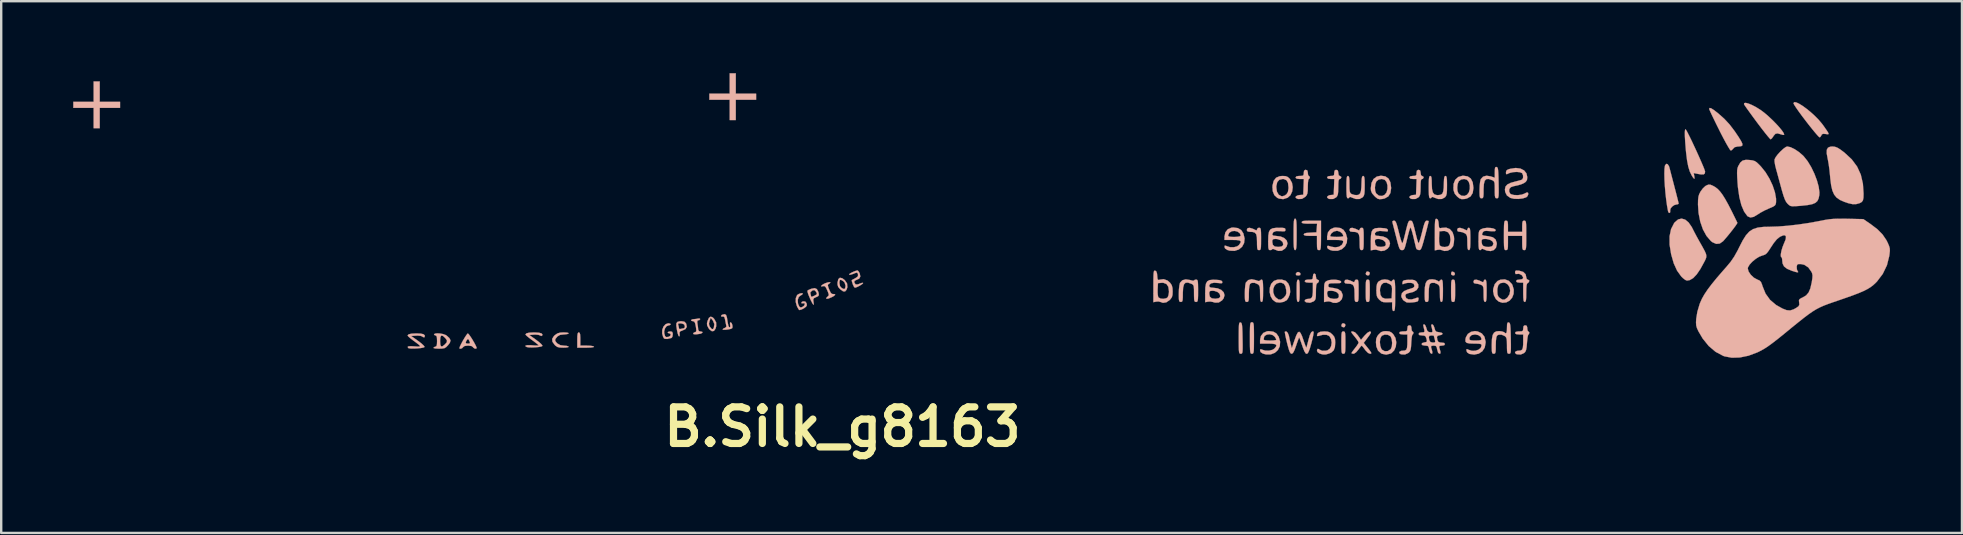
<source format=kicad_pcb>
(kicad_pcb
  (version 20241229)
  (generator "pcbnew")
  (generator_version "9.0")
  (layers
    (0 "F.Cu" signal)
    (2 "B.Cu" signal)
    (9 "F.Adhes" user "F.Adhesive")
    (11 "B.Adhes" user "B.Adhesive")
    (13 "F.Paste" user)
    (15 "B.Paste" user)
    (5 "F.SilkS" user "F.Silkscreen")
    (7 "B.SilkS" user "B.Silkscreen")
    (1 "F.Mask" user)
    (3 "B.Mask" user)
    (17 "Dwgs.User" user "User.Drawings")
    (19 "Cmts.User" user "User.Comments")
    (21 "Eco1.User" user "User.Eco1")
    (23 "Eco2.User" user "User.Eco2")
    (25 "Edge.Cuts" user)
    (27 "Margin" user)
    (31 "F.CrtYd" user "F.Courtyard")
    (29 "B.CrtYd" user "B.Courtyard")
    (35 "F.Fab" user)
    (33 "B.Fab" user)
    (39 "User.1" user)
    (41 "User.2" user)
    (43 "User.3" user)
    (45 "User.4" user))
  (footprint "B.Silk_g8163"
    (layer "F.Cu")
    (at 32.051 14.737)
    (property "Reference" "B.Silk_g8163" (at 0 0 0) (layer "F.SilkS") (effects (font (size 1.524 1.524) (thickness 0.3))))
    (attr through_hole)
    (fp_poly (pts (xy 20.941 -4.288) (xy 20.955 -4.233) (xy 20.925 -4.163) (xy 20.87 -4.149) (xy 20.8 -4.179) (xy 20.786 -4.233) (xy 20.816 -4.304) (xy 20.87 -4.318) (xy 20.941 -4.288)) (stroke (width 0.01) (type solid)) (fill yes) (layer "B.SilkS"))
    (fp_poly (pts (xy 21.957 -6.447) (xy 21.971 -6.392) (xy 21.941 -6.322) (xy 21.886 -6.308) (xy 21.816 -6.338) (xy 21.802 -6.392) (xy 21.832 -6.463) (xy 21.886 -6.477) (xy 21.957 -6.447)) (stroke (width 0.01) (type solid)) (fill yes) (layer "B.SilkS"))
    (fp_poly (pts (xy 25.5 -6.43) (xy 25.521 -6.369) (xy 25.491 -6.319) (xy 25.445 -6.308) (xy 25.373 -6.336) (xy 25.358 -6.395) (xy 25.38 -6.463) (xy 25.431 -6.469) (xy 25.5 -6.43)) (stroke (width 0.01) (type solid)) (fill yes) (layer "B.SilkS"))
    (fp_poly (pts (xy 19.061 -6.424) (xy 19.084 -6.382) (xy 19.073 -6.326) (xy 18.998 -6.308) (xy 18.986 -6.308) (xy 18.904 -6.322) (xy 18.887 -6.374) (xy 18.889 -6.382) (xy 18.937 -6.443) (xy 18.986 -6.456) (xy 19.061 -6.424)) (stroke (width 0.01) (type solid)) (fill yes) (layer "B.SilkS"))
    (fp_poly (pts (xy -30.946 -13.547) (xy -30.099 -13.547) (xy -30.099 -13.293) (xy -30.946 -13.293) (xy -30.946 -12.446) (xy -31.2 -12.446) (xy -31.2 -13.293) (xy -32.046 -13.293) (xy -32.046 -13.547) (xy -31.2 -13.547) (xy -31.2 -14.393) (xy -30.946 -14.393) (xy -30.946 -13.547)) (stroke (width 0.01) (type solid)) (fill yes) (layer "B.SilkS"))
    (fp_poly (pts (xy -4.445 -13.885) (xy -3.598 -13.885) (xy -3.598 -13.631) (xy -4.445 -13.631) (xy -4.445 -12.785) (xy -4.699 -12.785) (xy -4.699 -13.631) (xy -5.546 -13.631) (xy -5.546 -13.885) (xy -4.699 -13.885) (xy -4.699 -14.732) (xy -4.445 -14.732) (xy -4.445 -13.885)) (stroke (width 0.01) (type solid)) (fill yes) (layer "B.SilkS"))
    (fp_poly (pts (xy -10.95 -3.919) (xy -10.93 -3.853) (xy -10.922 -3.724) (xy -10.922 -3.662) (xy -10.922 -3.387) (xy -10.649 -3.387) (xy -10.505 -3.381) (xy -10.396 -3.365) (xy -10.351 -3.344) (xy -10.376 -3.322) (xy -10.48 -3.308) (xy -10.656 -3.302) (xy -10.687 -3.302) (xy -11.049 -3.302) (xy -11.049 -3.619) (xy -11.046 -3.787) (xy -11.034 -3.885) (xy -11.01 -3.93) (xy -10.986 -3.937) (xy -10.95 -3.919)) (stroke (width 0.01) (type solid)) (fill yes) (layer "B.SilkS"))
    (fp_poly (pts (xy 19.015 -6.125) (xy 19.034 -6.076) (xy 19.044 -5.978) (xy 19.049 -5.818) (xy 19.05 -5.673) (xy 19.048 -5.464) (xy 19.042 -5.327) (xy 19.028 -5.248) (xy 19.006 -5.212) (xy 18.986 -5.207) (xy 18.958 -5.22) (xy 18.939 -5.269) (xy 18.929 -5.367) (xy 18.924 -5.527) (xy 18.923 -5.673) (xy 18.925 -5.881) (xy 18.931 -6.018) (xy 18.945 -6.098) (xy 18.967 -6.133) (xy 18.986 -6.138) (xy 19.015 -6.125)) (stroke (width 0.01) (type solid)) (fill yes) (layer "B.SilkS"))
    (fp_poly (pts (xy 18.884 -8.667) (xy 18.901 -8.625) (xy 18.913 -8.541) (xy 18.92 -8.404) (xy 18.923 -8.201) (xy 18.923 -8.022) (xy 18.922 -7.769) (xy 18.918 -7.589) (xy 18.91 -7.47) (xy 18.896 -7.401) (xy 18.877 -7.371) (xy 18.86 -7.366) (xy 18.835 -7.377) (xy 18.818 -7.419) (xy 18.806 -7.503) (xy 18.799 -7.641) (xy 18.796 -7.843) (xy 18.796 -8.022) (xy 18.797 -8.275) (xy 18.801 -8.455) (xy 18.809 -8.574) (xy 18.823 -8.643) (xy 18.842 -8.673) (xy 18.86 -8.678) (xy 18.884 -8.667)) (stroke (width 0.01) (type solid)) (fill yes) (layer "B.SilkS"))
    (fp_poly (pts (xy 20.907 -3.974) (xy 20.932 -3.948) (xy 20.946 -3.887) (xy 20.953 -3.777) (xy 20.955 -3.601) (xy 20.955 -3.514) (xy 20.954 -3.31) (xy 20.949 -3.176) (xy 20.938 -3.098) (xy 20.918 -3.06) (xy 20.886 -3.049) (xy 20.87 -3.048) (xy 20.833 -3.053) (xy 20.809 -3.079) (xy 20.795 -3.14) (xy 20.788 -3.251) (xy 20.786 -3.426) (xy 20.786 -3.514) (xy 20.787 -3.717) (xy 20.791 -3.851) (xy 20.802 -3.93) (xy 20.823 -3.967) (xy 20.854 -3.979) (xy 20.87 -3.979) (xy 20.907 -3.974)) (stroke (width 0.01) (type solid)) (fill yes) (layer "B.SilkS"))
    (fp_poly (pts (xy 21.923 -6.133) (xy 21.948 -6.107) (xy 21.962 -6.046) (xy 21.969 -5.936) (xy 21.971 -5.76) (xy 21.971 -5.673) (xy 21.97 -5.469) (xy 21.965 -5.335) (xy 21.954 -5.257) (xy 21.934 -5.219) (xy 21.902 -5.208) (xy 21.886 -5.207) (xy 21.849 -5.212) (xy 21.825 -5.238) (xy 21.811 -5.299) (xy 21.804 -5.41) (xy 21.802 -5.585) (xy 21.802 -5.673) (xy 21.803 -5.876) (xy 21.807 -6.01) (xy 21.818 -6.089) (xy 21.839 -6.126) (xy 21.87 -6.138) (xy 21.886 -6.138) (xy 21.923 -6.133)) (stroke (width 0.01) (type solid)) (fill yes) (layer "B.SilkS"))
    (fp_poly (pts (xy 25.479 -6.133) (xy 25.504 -6.107) (xy 25.518 -6.046) (xy 25.525 -5.936) (xy 25.527 -5.76) (xy 25.527 -5.673) (xy 25.526 -5.469) (xy 25.521 -5.335) (xy 25.51 -5.257) (xy 25.49 -5.219) (xy 25.458 -5.208) (xy 25.442 -5.207) (xy 25.405 -5.212) (xy 25.381 -5.238) (xy 25.367 -5.299) (xy 25.36 -5.41) (xy 25.358 -5.585) (xy 25.358 -5.673) (xy 25.359 -5.876) (xy 25.363 -6.01) (xy 25.374 -6.089) (xy 25.395 -6.126) (xy 25.426 -6.138) (xy 25.442 -6.138) (xy 25.479 -6.133)) (stroke (width 0.01) (type solid)) (fill yes) (layer "B.SilkS"))
    (fp_poly (pts (xy 16.584 -4.352) (xy 16.613 -4.339) (xy 16.634 -4.303) (xy 16.648 -4.233) (xy 16.658 -4.114) (xy 16.665 -3.936) (xy 16.67 -3.693) (xy 16.674 -3.447) (xy 16.674 -3.273) (xy 16.67 -3.159) (xy 16.66 -3.092) (xy 16.642 -3.059) (xy 16.614 -3.049) (xy 16.596 -3.048) (xy 16.563 -3.052) (xy 16.54 -3.072) (xy 16.525 -3.119) (xy 16.516 -3.208) (xy 16.512 -3.35) (xy 16.51 -3.556) (xy 16.51 -3.707) (xy 16.511 -3.957) (xy 16.514 -4.134) (xy 16.52 -4.251) (xy 16.532 -4.318) (xy 16.55 -4.348) (xy 16.576 -4.354) (xy 16.584 -4.352)) (stroke (width 0.01) (type solid)) (fill yes) (layer "B.SilkS"))
    (fp_poly (pts (xy -5.401 -4.559) (xy -5.345 -4.501) (xy -5.264 -4.355) (xy -5.259 -4.198) (xy -5.291 -4.088) (xy -5.354 -3.999) (xy -5.438 -3.986) (xy -5.53 -4.049) (xy -5.583 -4.119) (xy -5.638 -4.228) (xy -5.643 -4.293) (xy -5.564 -4.293) (xy -5.541 -4.204) (xy -5.519 -4.167) (xy -5.447 -4.081) (xy -5.395 -4.075) (xy -5.36 -4.131) (xy -5.338 -4.286) (xy -5.398 -4.429) (xy -5.412 -4.447) (xy -5.49 -4.544) (xy -5.538 -4.407) (xy -5.564 -4.293) (xy -5.643 -4.293) (xy -5.645 -4.323) (xy -5.622 -4.414) (xy -5.562 -4.546) (xy -5.488 -4.594) (xy -5.401 -4.559)) (stroke (width 0.01) (type solid)) (fill yes) (layer "B.SilkS"))
    (fp_poly (pts (xy 17.092 -4.356) (xy 17.115 -4.336) (xy 17.13 -4.287) (xy 17.139 -4.196) (xy 17.143 -4.053) (xy 17.145 -3.843) (xy 17.145 -3.704) (xy 17.144 -3.455) (xy 17.142 -3.279) (xy 17.136 -3.163) (xy 17.124 -3.094) (xy 17.105 -3.06) (xy 17.078 -3.049) (xy 17.06 -3.048) (xy 17.028 -3.052) (xy 17.005 -3.072) (xy 16.99 -3.122) (xy 16.982 -3.212) (xy 16.977 -3.356) (xy 16.976 -3.565) (xy 16.976 -3.704) (xy 16.976 -3.953) (xy 16.979 -4.129) (xy 16.985 -4.246) (xy 16.997 -4.315) (xy 17.015 -4.349) (xy 17.042 -4.36) (xy 17.06 -4.36) (xy 17.092 -4.356)) (stroke (width 0.01) (type solid)) (fill yes) (layer "B.SilkS"))
    (fp_poly (pts (xy -0.008 -6.194) (xy 0.095 -6.117) (xy 0.191 -5.978) (xy 0.206 -5.823) (xy 0.168 -5.712) (xy 0.109 -5.644) (xy 0.033 -5.645) (xy -0.072 -5.716) (xy -0.098 -5.74) (xy -0.177 -5.83) (xy -0.205 -5.927) (xy -0.204 -5.995) (xy -0.127 -5.995) (xy -0.101 -5.864) (xy -0.032 -5.788) (xy 0.061 -5.744) (xy 0.11 -5.769) (xy 0.127 -5.869) (xy 0.127 -5.884) (xy 0.09 -6.014) (xy 0.033 -6.072) (xy -0.062 -6.128) (xy -0.11 -6.118) (xy -0.126 -6.036) (xy -0.127 -5.995) (xy -0.204 -5.995) (xy -0.203 -6.026) (xy -0.172 -6.159) (xy -0.106 -6.215) (xy -0.008 -6.194)) (stroke (width 0.01) (type solid)) (fill yes) (layer "B.SilkS"))
    (fp_poly (pts (xy 34.38 -10.948) (xy 34.434 -10.868) (xy 34.455 -10.806) (xy 34.565 -10.384) (xy 34.655 -10.039) (xy 34.726 -9.767) (xy 34.778 -9.562) (xy 34.814 -9.419) (xy 34.834 -9.333) (xy 34.84 -9.3) (xy 34.805 -9.276) (xy 34.761 -9.271) (xy 34.658 -9.243) (xy 34.561 -9.174) (xy 34.498 -9.088) (xy 34.488 -9.022) (xy 34.486 -8.943) (xy 34.464 -8.914) (xy 34.423 -8.927) (xy 34.398 -8.984) (xy 34.356 -9.214) (xy 34.319 -9.478) (xy 34.288 -9.76) (xy 34.264 -10.044) (xy 34.249 -10.314) (xy 34.244 -10.553) (xy 34.249 -10.745) (xy 34.266 -10.875) (xy 34.273 -10.897) (xy 34.322 -10.96) (xy 34.38 -10.948)) (stroke (width 0.01) (type solid)) (fill yes) (layer "B.SilkS"))
    (fp_poly (pts (xy 36.191 -13.276) (xy 36.3 -13.208) (xy 36.462 -13.084) (xy 36.489 -13.062) (xy 36.74 -12.839) (xy 36.962 -12.6) (xy 37.174 -12.322) (xy 37.335 -12.083) (xy 37.44 -11.912) (xy 37.494 -11.798) (xy 37.496 -11.73) (xy 37.446 -11.696) (xy 37.343 -11.685) (xy 37.307 -11.685) (xy 37.173 -11.654) (xy 37.117 -11.599) (xy 37.055 -11.533) (xy 37.011 -11.515) (xy 36.977 -11.551) (xy 36.913 -11.653) (xy 36.823 -11.809) (xy 36.715 -12.008) (xy 36.594 -12.241) (xy 36.534 -12.361) (xy 36.411 -12.608) (xy 36.303 -12.83) (xy 36.213 -13.017) (xy 36.149 -13.156) (xy 36.114 -13.236) (xy 36.11 -13.25) (xy 36.13 -13.289) (xy 36.191 -13.276)) (stroke (width 0.01) (type solid)) (fill yes) (layer "B.SilkS"))
    (fp_poly (pts (xy -11.479 -3.93) (xy -11.412 -3.911) (xy -11.409 -3.895) (xy -11.464 -3.869) (xy -11.571 -3.854) (xy -11.616 -3.852) (xy -11.764 -3.835) (xy -11.869 -3.773) (xy -11.888 -3.754) (xy -11.963 -3.659) (xy -11.968 -3.584) (xy -11.904 -3.5) (xy -11.882 -3.479) (xy -11.753 -3.405) (xy -11.61 -3.387) (xy -11.494 -3.377) (xy -11.419 -3.354) (xy -11.409 -3.344) (xy -11.431 -3.319) (xy -11.528 -3.305) (xy -11.631 -3.302) (xy -11.781 -3.307) (xy -11.878 -3.331) (xy -11.954 -3.382) (xy -11.994 -3.421) (xy -12.086 -3.551) (xy -12.095 -3.67) (xy -12.022 -3.786) (xy -11.977 -3.827) (xy -11.876 -3.896) (xy -11.762 -3.929) (xy -11.615 -3.937) (xy -11.479 -3.93)) (stroke (width 0.01) (type solid)) (fill yes) (layer "B.SilkS"))
    (fp_poly (pts (xy 26.804 -6.125) (xy 26.823 -6.076) (xy 26.834 -5.978) (xy 26.839 -5.818) (xy 26.839 -5.673) (xy 26.838 -5.464) (xy 26.831 -5.327) (xy 26.818 -5.248) (xy 26.796 -5.212) (xy 26.776 -5.207) (xy 26.743 -5.223) (xy 26.723 -5.282) (xy 26.714 -5.398) (xy 26.712 -5.539) (xy 26.711 -5.706) (xy 26.701 -5.809) (xy 26.679 -5.868) (xy 26.638 -5.903) (xy 26.605 -5.92) (xy 26.483 -5.958) (xy 26.393 -5.969) (xy 26.311 -5.99) (xy 26.289 -6.054) (xy 26.32 -6.122) (xy 26.408 -6.136) (xy 26.54 -6.097) (xy 26.587 -6.074) (xy 26.672 -6.034) (xy 26.707 -6.037) (xy 26.712 -6.074) (xy 26.746 -6.131) (xy 26.776 -6.138) (xy 26.804 -6.125)) (stroke (width 0.01) (type solid)) (fill yes) (layer "B.SilkS"))
    (fp_poly (pts (xy 26.127 -8.284) (xy 26.146 -8.235) (xy 26.156 -8.137) (xy 26.161 -7.977) (xy 26.162 -7.832) (xy 26.16 -7.623) (xy 26.154 -7.486) (xy 26.14 -7.407) (xy 26.118 -7.371) (xy 26.099 -7.366) (xy 26.065 -7.383) (xy 26.045 -7.443) (xy 26.036 -7.562) (xy 26.035 -7.681) (xy 26.032 -7.848) (xy 26.02 -7.952) (xy 25.992 -8.015) (xy 25.945 -8.06) (xy 25.941 -8.062) (xy 25.825 -8.113) (xy 25.729 -8.128) (xy 25.641 -8.144) (xy 25.612 -8.201) (xy 25.612 -8.213) (xy 25.643 -8.281) (xy 25.73 -8.295) (xy 25.863 -8.256) (xy 25.91 -8.233) (xy 25.995 -8.193) (xy 26.029 -8.196) (xy 26.035 -8.233) (xy 26.068 -8.29) (xy 26.099 -8.297) (xy 26.127 -8.284)) (stroke (width 0.01) (type solid)) (fill yes) (layer "B.SilkS"))
    (fp_poly (pts (xy 35.155 -12.366) (xy 35.211 -12.264) (xy 35.288 -12.112) (xy 35.381 -11.922) (xy 35.482 -11.707) (xy 35.587 -11.481) (xy 35.688 -11.257) (xy 35.78 -11.049) (xy 35.857 -10.869) (xy 35.912 -10.731) (xy 35.939 -10.649) (xy 35.941 -10.636) (xy 35.928 -10.557) (xy 35.879 -10.52) (xy 35.777 -10.519) (xy 35.666 -10.537) (xy 35.467 -10.574) (xy 35.491 -10.452) (xy 35.503 -10.357) (xy 35.485 -10.338) (xy 35.435 -10.396) (xy 35.389 -10.467) (xy 35.307 -10.631) (xy 35.242 -10.838) (xy 35.191 -11.098) (xy 35.15 -11.427) (xy 35.139 -11.543) (xy 35.113 -11.864) (xy 35.099 -12.106) (xy 35.097 -12.273) (xy 35.105 -12.37) (xy 35.125 -12.403) (xy 35.126 -12.403) (xy 35.155 -12.366)) (stroke (width 0.01) (type solid)) (fill yes) (layer "B.SilkS"))
    (fp_poly (pts (xy 39.73 -13.524) (xy 39.847 -13.472) (xy 39.993 -13.383) (xy 40.158 -13.264) (xy 40.332 -13.123) (xy 40.506 -12.966) (xy 40.668 -12.802) (xy 40.808 -12.637) (xy 40.864 -12.562) (xy 40.982 -12.394) (xy 41.056 -12.284) (xy 41.087 -12.221) (xy 41.08 -12.195) (xy 41.037 -12.193) (xy 40.966 -12.204) (xy 40.859 -12.212) (xy 40.806 -12.187) (xy 40.787 -12.147) (xy 40.745 -12.08) (xy 40.711 -12.065) (xy 40.671 -12.097) (xy 40.589 -12.187) (xy 40.473 -12.324) (xy 40.332 -12.498) (xy 40.174 -12.7) (xy 40.143 -12.74) (xy 39.984 -12.949) (xy 39.845 -13.139) (xy 39.734 -13.298) (xy 39.658 -13.415) (xy 39.625 -13.479) (xy 39.624 -13.484) (xy 39.652 -13.53) (xy 39.73 -13.524)) (stroke (width 0.01) (type solid)) (fill yes) (layer "B.SilkS"))
    (fp_poly (pts (xy -0.5 -6.016) (xy -0.537 -5.978) (xy -0.56 -5.964) (xy -0.6 -5.934) (xy -0.609 -5.891) (xy -0.586 -5.809) (xy -0.553 -5.724) (xy -0.496 -5.601) (xy -0.442 -5.543) (xy -0.385 -5.535) (xy -0.31 -5.53) (xy -0.307 -5.498) (xy -0.372 -5.445) (xy -0.446 -5.405) (xy -0.587 -5.347) (xy -0.662 -5.338) (xy -0.677 -5.361) (xy -0.648 -5.405) (xy -0.611 -5.436) (xy -0.576 -5.473) (xy -0.573 -5.526) (xy -0.603 -5.618) (xy -0.632 -5.687) (xy -0.69 -5.807) (xy -0.737 -5.862) (xy -0.791 -5.867) (xy -0.804 -5.863) (xy -0.878 -5.85) (xy -0.89 -5.871) (xy -0.85 -5.913) (xy -0.767 -5.964) (xy -0.714 -5.987) (xy -0.604 -6.023) (xy -0.527 -6.031) (xy -0.5 -6.016)) (stroke (width 0.01) (type solid)) (fill yes) (layer "B.SilkS"))
    (fp_poly (pts (xy 17.394 -8.292) (xy 17.418 -8.266) (xy 17.432 -8.205) (xy 17.439 -8.095) (xy 17.441 -7.919) (xy 17.441 -7.832) (xy 17.44 -7.628) (xy 17.436 -7.494) (xy 17.425 -7.416) (xy 17.404 -7.378) (xy 17.373 -7.367) (xy 17.357 -7.366) (xy 17.314 -7.373) (xy 17.289 -7.406) (xy 17.277 -7.481) (xy 17.272 -7.616) (xy 17.272 -7.703) (xy 17.266 -7.897) (xy 17.24 -8.022) (xy 17.184 -8.092) (xy 17.089 -8.123) (xy 16.978 -8.128) (xy 16.884 -8.141) (xy 16.85 -8.188) (xy 16.849 -8.213) (xy 16.88 -8.281) (xy 16.967 -8.295) (xy 17.1 -8.256) (xy 17.147 -8.233) (xy 17.232 -8.193) (xy 17.266 -8.196) (xy 17.272 -8.233) (xy 17.307 -8.286) (xy 17.357 -8.297) (xy 17.394 -8.292)) (stroke (width 0.01) (type solid)) (fill yes) (layer "B.SilkS"))
    (fp_poly (pts (xy 21.458 -6.133) (xy 21.482 -6.107) (xy 21.496 -6.046) (xy 21.503 -5.936) (xy 21.505 -5.76) (xy 21.505 -5.673) (xy 21.504 -5.469) (xy 21.5 -5.335) (xy 21.489 -5.257) (xy 21.468 -5.219) (xy 21.437 -5.208) (xy 21.421 -5.207) (xy 21.378 -5.214) (xy 21.353 -5.247) (xy 21.341 -5.322) (xy 21.336 -5.457) (xy 21.336 -5.544) (xy 21.33 -5.738) (xy 21.304 -5.863) (xy 21.248 -5.933) (xy 21.153 -5.964) (xy 21.042 -5.969) (xy 20.948 -5.982) (xy 20.914 -6.029) (xy 20.913 -6.054) (xy 20.944 -6.122) (xy 21.031 -6.136) (xy 21.164 -6.097) (xy 21.211 -6.074) (xy 21.296 -6.034) (xy 21.33 -6.037) (xy 21.336 -6.074) (xy 21.371 -6.127) (xy 21.421 -6.138) (xy 21.458 -6.133)) (stroke (width 0.01) (type solid)) (fill yes) (layer "B.SilkS"))
    (fp_poly (pts (xy 21.669 -8.292) (xy 21.694 -8.266) (xy 21.708 -8.205) (xy 21.715 -8.095) (xy 21.717 -7.919) (xy 21.717 -7.832) (xy 21.716 -7.628) (xy 21.711 -7.494) (xy 21.7 -7.416) (xy 21.68 -7.378) (xy 21.648 -7.367) (xy 21.632 -7.366) (xy 21.59 -7.373) (xy 21.565 -7.406) (xy 21.552 -7.481) (xy 21.548 -7.616) (xy 21.548 -7.703) (xy 21.541 -7.897) (xy 21.516 -8.022) (xy 21.46 -8.092) (xy 21.365 -8.123) (xy 21.254 -8.128) (xy 21.16 -8.141) (xy 21.126 -8.188) (xy 21.124 -8.213) (xy 21.156 -8.281) (xy 21.243 -8.295) (xy 21.375 -8.256) (xy 21.423 -8.233) (xy 21.508 -8.193) (xy 21.542 -8.196) (xy 21.548 -8.233) (xy 21.583 -8.286) (xy 21.632 -8.297) (xy 21.669 -8.292)) (stroke (width 0.01) (type solid)) (fill yes) (layer "B.SilkS"))
    (fp_poly (pts (xy 35.111 -8.637) (xy 35.254 -8.518) (xy 35.387 -8.326) (xy 35.418 -8.265) (xy 35.496 -8.111) (xy 35.598 -7.919) (xy 35.704 -7.727) (xy 35.729 -7.684) (xy 35.848 -7.473) (xy 35.93 -7.32) (xy 35.978 -7.209) (xy 35.995 -7.124) (xy 35.986 -7.05) (xy 35.955 -6.97) (xy 35.914 -6.888) (xy 35.747 -6.583) (xy 35.593 -6.356) (xy 35.447 -6.202) (xy 35.305 -6.118) (xy 35.186 -6.096) (xy 35.113 -6.126) (xy 35.014 -6.203) (xy 34.946 -6.271) (xy 34.773 -6.512) (xy 34.635 -6.815) (xy 34.527 -7.191) (xy 34.527 -7.191) (xy 34.462 -7.592) (xy 34.461 -7.942) (xy 34.523 -8.241) (xy 34.647 -8.485) (xy 34.68 -8.528) (xy 34.817 -8.644) (xy 34.962 -8.68) (xy 35.111 -8.637)) (stroke (width 0.01) (type solid)) (fill yes) (layer "B.SilkS"))
    (fp_poly (pts (xy -5.927 -4.492) (xy -5.961 -4.451) (xy -5.996 -4.445) (xy -6.039 -4.429) (xy -6.049 -4.369) (xy -6.039 -4.286) (xy -6.021 -4.161) (xy -6.012 -4.063) (xy -6.012 -4.053) (xy -5.977 -3.991) (xy -5.929 -3.979) (xy -5.843 -3.963) (xy -5.831 -3.927) (xy -5.893 -3.889) (xy -5.933 -3.879) (xy -6.099 -3.855) (xy -6.198 -3.862) (xy -6.223 -3.892) (xy -6.188 -3.931) (xy -6.148 -3.945) (xy -6.106 -3.962) (xy -6.09 -4.01) (xy -6.098 -4.108) (xy -6.109 -4.18) (xy -6.137 -4.314) (xy -6.171 -4.382) (xy -6.22 -4.403) (xy -6.226 -4.403) (xy -6.293 -4.421) (xy -6.308 -4.445) (xy -6.272 -4.478) (xy -6.212 -4.488) (xy -6.09 -4.5) (xy -6.022 -4.514) (xy -5.946 -4.517) (xy -5.927 -4.492)) (stroke (width 0.01) (type solid)) (fill yes) (layer "B.SilkS"))
    (fp_poly (pts (xy 41.346 -11.673) (xy 41.449 -11.636) (xy 41.572 -11.561) (xy 41.736 -11.438) (xy 41.753 -11.424) (xy 42.051 -11.148) (xy 42.275 -10.847) (xy 42.429 -10.511) (xy 42.517 -10.132) (xy 42.544 -9.716) (xy 42.539 -9.545) (xy 42.517 -9.437) (xy 42.468 -9.371) (xy 42.384 -9.325) (xy 42.361 -9.316) (xy 42.225 -9.28) (xy 42.079 -9.282) (xy 41.901 -9.322) (xy 41.741 -9.377) (xy 41.56 -9.457) (xy 41.421 -9.553) (xy 41.319 -9.678) (xy 41.245 -9.845) (xy 41.193 -10.067) (xy 41.157 -10.355) (xy 41.146 -10.478) (xy 41.124 -10.7) (xy 41.093 -10.929) (xy 41.059 -11.125) (xy 41.046 -11.186) (xy 41.008 -11.398) (xy 41.012 -11.545) (xy 41.061 -11.634) (xy 41.159 -11.676) (xy 41.246 -11.683) (xy 41.346 -11.673)) (stroke (width 0.01) (type solid)) (fill yes) (layer "B.SilkS"))
    (fp_poly (pts (xy -7.181 -4.304) (xy -7.154 -4.276) (xy -7.19 -4.241) (xy -7.234 -4.233) (xy -7.327 -4.196) (xy -7.397 -4.1) (xy -7.429 -3.974) (xy -7.423 -3.896) (xy -7.392 -3.786) (xy -7.344 -3.743) (xy -7.257 -3.751) (xy -7.246 -3.753) (xy -7.177 -3.794) (xy -7.155 -3.85) (xy -7.186 -3.89) (xy -7.218 -3.895) (xy -7.274 -3.918) (xy -7.281 -3.937) (xy -7.245 -3.969) (xy -7.176 -3.979) (xy -7.1 -3.966) (xy -7.072 -3.908) (xy -7.07 -3.851) (xy -7.085 -3.756) (xy -7.123 -3.706) (xy -7.297 -3.665) (xy -7.406 -3.67) (xy -7.442 -3.694) (xy -7.479 -3.77) (xy -7.51 -3.884) (xy -7.512 -3.895) (xy -7.509 -4.044) (xy -7.457 -4.181) (xy -7.369 -4.28) (xy -7.261 -4.318) (xy -7.261 -4.318) (xy -7.181 -4.304)) (stroke (width 0.01) (type solid)) (fill yes) (layer "B.SilkS"))
    (fp_poly (pts (xy -4.851 -4.668) (xy -4.816 -4.571) (xy -4.804 -4.498) (xy -4.776 -4.319) (xy -4.75 -4.21) (xy -4.721 -4.158) (xy -4.695 -4.149) (xy -4.674 -4.183) (xy -4.682 -4.255) (xy -4.687 -4.337) (xy -4.662 -4.36) (xy -4.618 -4.325) (xy -4.588 -4.244) (xy -4.58 -4.157) (xy -4.598 -4.109) (xy -4.659 -4.082) (xy -4.76 -4.061) (xy -4.87 -4.048) (xy -4.958 -4.047) (xy -4.995 -4.063) (xy -4.995 -4.063) (xy -4.96 -4.099) (xy -4.907 -4.12) (xy -4.841 -4.164) (xy -4.84 -4.22) (xy -4.861 -4.312) (xy -4.885 -4.438) (xy -4.888 -4.459) (xy -4.918 -4.568) (xy -4.959 -4.602) (xy -4.975 -4.599) (xy -5.041 -4.598) (xy -5.057 -4.612) (xy -5.044 -4.655) (xy -5.013 -4.673) (xy -4.912 -4.698) (xy -4.851 -4.668)) (stroke (width 0.01) (type solid)) (fill yes) (layer "B.SilkS"))
    (fp_poly (pts (xy -1.662 -5.566) (xy -1.651 -5.551) (xy -1.686 -5.506) (xy -1.732 -5.483) (xy -1.819 -5.416) (xy -1.862 -5.298) (xy -1.855 -5.155) (xy -1.835 -5.092) (xy -1.789 -5.002) (xy -1.738 -4.977) (xy -1.683 -4.991) (xy -1.602 -5.047) (xy -1.573 -5.102) (xy -1.579 -5.156) (xy -1.624 -5.152) (xy -1.693 -5.148) (xy -1.714 -5.163) (xy -1.698 -5.203) (xy -1.646 -5.23) (xy -1.552 -5.226) (xy -1.495 -5.152) (xy -1.482 -5.067) (xy -1.517 -5.009) (xy -1.602 -4.944) (xy -1.706 -4.891) (xy -1.799 -4.868) (xy -1.8 -4.868) (xy -1.83 -4.903) (xy -1.879 -4.992) (xy -1.903 -5.043) (xy -1.948 -5.207) (xy -1.944 -5.364) (xy -1.893 -5.486) (xy -1.874 -5.506) (xy -1.805 -5.546) (xy -1.723 -5.569) (xy -1.662 -5.566)) (stroke (width 0.01) (type solid)) (fill yes) (layer "B.SilkS"))
    (fp_poly (pts (xy 36.156 -10.093) (xy 36.258 -10.052) (xy 36.364 -9.993) (xy 36.464 -9.916) (xy 36.563 -9.812) (xy 36.666 -9.675) (xy 36.779 -9.494) (xy 36.908 -9.263) (xy 37.057 -8.973) (xy 37.233 -8.615) (xy 37.287 -8.503) (xy 37.267 -8.462) (xy 37.205 -8.371) (xy 37.112 -8.246) (xy 37.001 -8.104) (xy 36.883 -7.959) (xy 36.771 -7.827) (xy 36.69 -7.736) (xy 36.552 -7.639) (xy 36.404 -7.626) (xy 36.246 -7.695) (xy 36.182 -7.746) (xy 36.002 -7.954) (xy 35.852 -8.227) (xy 35.74 -8.551) (xy 35.669 -8.909) (xy 35.645 -9.267) (xy 35.649 -9.457) (xy 35.664 -9.591) (xy 35.695 -9.697) (xy 35.75 -9.803) (xy 35.752 -9.807) (xy 35.842 -9.93) (xy 35.945 -10.029) (xy 35.986 -10.055) (xy 36.079 -10.095) (xy 36.156 -10.093)) (stroke (width 0.01) (type solid)) (fill yes) (layer "B.SilkS"))
    (fp_poly (pts (xy 19.939 -7.98) (xy 19.938 -7.741) (xy 19.935 -7.573) (xy 19.928 -7.465) (xy 19.915 -7.403) (xy 19.895 -7.374) (xy 19.865 -7.366) (xy 19.854 -7.366) (xy 19.81 -7.374) (xy 19.784 -7.41) (xy 19.773 -7.492) (xy 19.77 -7.639) (xy 19.77 -7.662) (xy 19.77 -7.959) (xy 19.494 -7.959) (xy 19.339 -7.963) (xy 19.253 -7.979) (xy 19.221 -8.009) (xy 19.219 -8.02) (xy 19.243 -8.057) (xy 19.325 -8.081) (xy 19.476 -8.094) (xy 19.484 -8.094) (xy 19.748 -8.107) (xy 19.762 -8.287) (xy 19.775 -8.467) (xy 19.455 -8.467) (xy 19.286 -8.47) (xy 19.187 -8.482) (xy 19.142 -8.505) (xy 19.135 -8.53) (xy 19.149 -8.56) (xy 19.202 -8.58) (xy 19.307 -8.59) (xy 19.479 -8.594) (xy 19.537 -8.594) (xy 19.939 -8.594) (xy 19.939 -7.98)) (stroke (width 0.01) (type solid)) (fill yes) (layer "B.SilkS"))
    (fp_poly (pts (xy 20.221 -3.969) (xy 20.321 -3.929) (xy 20.408 -3.856) (xy 20.485 -3.764) (xy 20.522 -3.667) (xy 20.532 -3.526) (xy 20.532 -3.514) (xy 20.518 -3.323) (xy 20.468 -3.192) (xy 20.374 -3.104) (xy 20.297 -3.066) (xy 20.141 -3.017) (xy 20.003 -3.02) (xy 19.886 -3.055) (xy 19.794 -3.116) (xy 19.77 -3.179) (xy 19.79 -3.25) (xy 19.846 -3.246) (xy 19.878 -3.221) (xy 19.979 -3.175) (xy 20.125 -3.173) (xy 20.202 -3.188) (xy 20.3 -3.253) (xy 20.361 -3.37) (xy 20.382 -3.513) (xy 20.359 -3.657) (xy 20.289 -3.777) (xy 20.275 -3.791) (xy 20.167 -3.838) (xy 20.017 -3.839) (xy 19.852 -3.794) (xy 19.844 -3.791) (xy 19.782 -3.784) (xy 19.77 -3.818) (xy 19.805 -3.91) (xy 19.912 -3.964) (xy 20.078 -3.979) (xy 20.221 -3.969)) (stroke (width 0.01) (type solid)) (fill yes) (layer "B.SilkS"))
    (fp_poly (pts (xy 37.75 -13.472) (xy 37.898 -13.41) (xy 38.07 -13.32) (xy 38.252 -13.206) (xy 38.259 -13.202) (xy 38.409 -13.089) (xy 38.573 -12.949) (xy 38.739 -12.793) (xy 38.898 -12.633) (xy 39.037 -12.48) (xy 39.147 -12.345) (xy 39.217 -12.239) (xy 39.236 -12.175) (xy 39.232 -12.167) (xy 39.183 -12.166) (xy 39.098 -12.191) (xy 38.963 -12.229) (xy 38.874 -12.213) (xy 38.803 -12.136) (xy 38.786 -12.108) (xy 38.726 -12.023) (xy 38.676 -11.983) (xy 38.672 -11.982) (xy 38.635 -12.015) (xy 38.556 -12.107) (xy 38.443 -12.246) (xy 38.305 -12.423) (xy 38.15 -12.628) (xy 38.108 -12.683) (xy 37.95 -12.897) (xy 37.809 -13.091) (xy 37.692 -13.253) (xy 37.609 -13.372) (xy 37.567 -13.437) (xy 37.564 -13.443) (xy 37.571 -13.492) (xy 37.636 -13.501) (xy 37.75 -13.472)) (stroke (width 0.01) (type solid)) (fill yes) (layer "B.SilkS"))
    (fp_poly (pts (xy -6.588 -4.385) (xy -6.523 -4.319) (xy -6.51 -4.294) (xy -6.486 -4.169) (xy -6.541 -4.075) (xy -6.674 -4.014) (xy -6.676 -4.013) (xy -6.764 -3.979) (xy -6.79 -3.923) (xy -6.784 -3.874) (xy -6.783 -3.795) (xy -6.806 -3.768) (xy -6.835 -3.806) (xy -6.868 -3.906) (xy -6.898 -4.048) (xy -6.898 -4.049) (xy -6.923 -4.22) (xy -6.919 -4.289) (xy -6.85 -4.289) (xy -6.843 -4.254) (xy -6.818 -4.155) (xy -6.816 -4.12) (xy -6.789 -4.075) (xy -6.749 -4.081) (xy -6.651 -4.104) (xy -6.619 -4.106) (xy -6.571 -4.14) (xy -6.569 -4.202) (xy -6.6 -4.272) (xy -6.682 -4.305) (xy -6.726 -4.311) (xy -6.821 -4.313) (xy -6.85 -4.289) (xy -6.919 -4.289) (xy -6.917 -4.325) (xy -6.871 -4.379) (xy -6.778 -4.4) (xy -6.698 -4.402) (xy -6.588 -4.385)) (stroke (width 0.01) (type solid)) (fill yes) (layer "B.SilkS"))
    (fp_poly (pts (xy 22.619 -10.439) (xy 22.751 -10.347) (xy 22.831 -10.189) (xy 22.86 -9.964) (xy 22.86 -9.949) (xy 22.831 -9.746) (xy 22.742 -9.603) (xy 22.591 -9.518) (xy 22.491 -9.496) (xy 22.376 -9.487) (xy 22.294 -9.51) (xy 22.208 -9.577) (xy 22.163 -9.621) (xy 22.066 -9.733) (xy 22.022 -9.837) (xy 22.013 -9.941) (xy 22.017 -9.973) (xy 22.185 -9.973) (xy 22.196 -9.829) (xy 22.236 -9.728) (xy 22.353 -9.635) (xy 22.485 -9.623) (xy 22.592 -9.672) (xy 22.669 -9.771) (xy 22.707 -9.913) (xy 22.707 -10.068) (xy 22.668 -10.206) (xy 22.593 -10.296) (xy 22.473 -10.33) (xy 22.345 -10.307) (xy 22.249 -10.235) (xy 22.203 -10.121) (xy 22.185 -9.973) (xy 22.017 -9.973) (xy 22.042 -10.166) (xy 22.127 -10.33) (xy 22.265 -10.431) (xy 22.435 -10.466) (xy 22.619 -10.439)) (stroke (width 0.01) (type solid)) (fill yes) (layer "B.SilkS"))
    (fp_poly (pts (xy 26.048 -10.439) (xy 26.18 -10.347) (xy 26.26 -10.189) (xy 26.289 -9.964) (xy 26.289 -9.949) (xy 26.259 -9.745) (xy 26.169 -9.602) (xy 26.019 -9.517) (xy 25.925 -9.496) (xy 25.8 -9.49) (xy 25.707 -9.522) (xy 25.614 -9.596) (xy 25.512 -9.713) (xy 25.463 -9.852) (xy 25.456 -9.907) (xy 25.458 -9.973) (xy 25.614 -9.973) (xy 25.625 -9.829) (xy 25.665 -9.728) (xy 25.782 -9.635) (xy 25.914 -9.623) (xy 26.021 -9.672) (xy 26.098 -9.771) (xy 26.136 -9.913) (xy 26.136 -10.068) (xy 26.097 -10.206) (xy 26.022 -10.296) (xy 25.902 -10.33) (xy 25.774 -10.307) (xy 25.678 -10.235) (xy 25.632 -10.121) (xy 25.614 -9.973) (xy 25.458 -9.973) (xy 25.462 -10.126) (xy 25.53 -10.297) (xy 25.655 -10.412) (xy 25.831 -10.464) (xy 25.864 -10.466) (xy 26.048 -10.439)) (stroke (width 0.01) (type solid)) (fill yes) (layer "B.SilkS"))
    (fp_poly (pts (xy 27.764 -6.085) (xy 27.89 -5.955) (xy 27.913 -5.914) (xy 27.97 -5.723) (xy 27.963 -5.543) (xy 27.902 -5.384) (xy 27.796 -5.261) (xy 27.657 -5.187) (xy 27.495 -5.173) (xy 27.347 -5.219) (xy 27.229 -5.32) (xy 27.145 -5.475) (xy 27.109 -5.653) (xy 27.109 -5.662) (xy 27.284 -5.662) (xy 27.293 -5.521) (xy 27.327 -5.431) (xy 27.384 -5.373) (xy 27.497 -5.304) (xy 27.594 -5.308) (xy 27.701 -5.387) (xy 27.709 -5.396) (xy 27.793 -5.525) (xy 27.82 -5.672) (xy 27.796 -5.814) (xy 27.726 -5.93) (xy 27.616 -6) (xy 27.541 -6.011) (xy 27.408 -5.987) (xy 27.326 -5.907) (xy 27.288 -5.762) (xy 27.284 -5.662) (xy 27.109 -5.662) (xy 27.115 -5.758) (xy 27.177 -5.95) (xy 27.291 -6.078) (xy 27.412 -6.133) (xy 27.599 -6.147) (xy 27.764 -6.085)) (stroke (width 0.01) (type solid)) (fill yes) (layer "B.SilkS"))
    (fp_poly (pts (xy 37.792 -11.121) (xy 37.919 -11.105) (xy 38.011 -11.076) (xy 38.095 -11.022) (xy 38.195 -10.926) (xy 38.269 -10.849) (xy 38.457 -10.615) (xy 38.622 -10.345) (xy 38.756 -10.059) (xy 38.851 -9.775) (xy 38.898 -9.515) (xy 38.898 -9.36) (xy 38.884 -9.282) (xy 38.85 -9.227) (xy 38.778 -9.178) (xy 38.65 -9.121) (xy 38.601 -9.101) (xy 38.425 -9.021) (xy 38.252 -8.928) (xy 38.137 -8.854) (xy 37.967 -8.752) (xy 37.829 -8.725) (xy 37.718 -8.772) (xy 37.7 -8.788) (xy 37.565 -8.975) (xy 37.454 -9.237) (xy 37.369 -9.57) (xy 37.311 -9.969) (xy 37.295 -10.157) (xy 37.28 -10.398) (xy 37.274 -10.571) (xy 37.278 -10.694) (xy 37.292 -10.782) (xy 37.317 -10.853) (xy 37.321 -10.862) (xy 37.409 -11.014) (xy 37.507 -11.098) (xy 37.64 -11.128) (xy 37.792 -11.121)) (stroke (width 0.01) (type solid)) (fill yes) (layer "B.SilkS"))
    (fp_poly (pts (xy -1.066 -5.742) (xy -1.007 -5.629) (xy -0.993 -5.576) (xy -0.983 -5.491) (xy -1.02 -5.442) (xy -1.098 -5.407) (xy -1.189 -5.363) (xy -1.217 -5.306) (xy -1.207 -5.218) (xy -1.194 -5.114) (xy -1.209 -5.089) (xy -1.25 -5.143) (xy -1.318 -5.275) (xy -1.356 -5.359) (xy -1.415 -5.5) (xy -1.435 -5.56) (xy -1.337 -5.56) (xy -1.315 -5.48) (xy -1.312 -5.458) (xy -1.303 -5.425) (xy -1.262 -5.427) (xy -1.168 -5.467) (xy -1.166 -5.468) (xy -1.08 -5.517) (xy -1.067 -5.569) (xy -1.115 -5.649) (xy -1.17 -5.7) (xy -1.239 -5.688) (xy -1.266 -5.675) (xy -1.334 -5.611) (xy -1.337 -5.56) (xy -1.435 -5.56) (xy -1.452 -5.612) (xy -1.461 -5.671) (xy -1.46 -5.674) (xy -1.409 -5.709) (xy -1.31 -5.751) (xy -1.286 -5.759) (xy -1.154 -5.782) (xy -1.066 -5.742)) (stroke (width 0.01) (type solid)) (fill yes) (layer "B.SilkS"))
    (fp_poly (pts (xy -17.571 -3.887) (xy -17.457 -3.862) (xy -17.405 -3.816) (xy -17.399 -3.784) (xy -17.422 -3.73) (xy -17.482 -3.745) (xy -17.512 -3.77) (xy -17.578 -3.794) (xy -17.694 -3.804) (xy -17.763 -3.802) (xy -17.97 -3.789) (xy -17.682 -3.584) (xy -17.552 -3.485) (xy -17.457 -3.399) (xy -17.412 -3.341) (xy -17.411 -3.33) (xy -17.457 -3.306) (xy -17.563 -3.286) (xy -17.702 -3.272) (xy -17.85 -3.264) (xy -17.981 -3.265) (xy -18.069 -3.277) (xy -18.089 -3.286) (xy -18.117 -3.332) (xy -18.083 -3.357) (xy -17.98 -3.363) (xy -17.833 -3.355) (xy -17.693 -3.346) (xy -17.615 -3.35) (xy -17.601 -3.373) (xy -17.651 -3.426) (xy -17.767 -3.515) (xy -17.875 -3.594) (xy -17.995 -3.686) (xy -18.082 -3.761) (xy -18.118 -3.805) (xy -18.119 -3.807) (xy -18.079 -3.856) (xy -17.958 -3.885) (xy -17.759 -3.895) (xy -17.571 -3.887)) (stroke (width 0.01) (type solid)) (fill yes) (layer "B.SilkS"))
    (fp_poly (pts (xy -15.57 -3.861) (xy -15.505 -3.773) (xy -15.427 -3.653) (xy -15.35 -3.522) (xy -15.285 -3.401) (xy -15.246 -3.313) (xy -15.24 -3.286) (xy -15.269 -3.258) (xy -15.33 -3.268) (xy -15.384 -3.306) (xy -15.394 -3.323) (xy -15.455 -3.37) (xy -15.592 -3.387) (xy -15.6 -3.387) (xy -15.74 -3.372) (xy -15.805 -3.326) (xy -15.806 -3.323) (xy -15.848 -3.279) (xy -15.911 -3.257) (xy -15.956 -3.268) (xy -15.96 -3.282) (xy -15.94 -3.346) (xy -15.889 -3.454) (xy -15.85 -3.527) (xy -15.7 -3.527) (xy -15.681 -3.482) (xy -15.601 -3.471) (xy -15.529 -3.479) (xy -15.52 -3.517) (xy -15.546 -3.581) (xy -15.585 -3.654) (xy -15.617 -3.656) (xy -15.651 -3.615) (xy -15.7 -3.527) (xy -15.85 -3.527) (xy -15.82 -3.584) (xy -15.744 -3.713) (xy -15.674 -3.821) (xy -15.623 -3.885) (xy -15.608 -3.895) (xy -15.57 -3.861)) (stroke (width 0.01) (type solid)) (fill yes) (layer "B.SilkS"))
    (fp_poly (pts (xy 20.636 -10.69) (xy 20.658 -10.616) (xy 20.659 -10.583) (xy 20.678 -10.483) (xy 20.722 -10.456) (xy 20.778 -10.422) (xy 20.786 -10.393) (xy 20.752 -10.337) (xy 20.722 -10.329) (xy 20.69 -10.313) (xy 20.67 -10.256) (xy 20.661 -10.141) (xy 20.659 -9.991) (xy 20.655 -9.811) (xy 20.642 -9.694) (xy 20.614 -9.618) (xy 20.574 -9.567) (xy 20.448 -9.497) (xy 20.297 -9.495) (xy 20.246 -9.511) (xy 20.192 -9.558) (xy 20.208 -9.611) (xy 20.283 -9.651) (xy 20.331 -9.66) (xy 20.468 -9.673) (xy 20.481 -10.001) (xy 20.493 -10.329) (xy 20.343 -10.329) (xy 20.233 -10.343) (xy 20.193 -10.386) (xy 20.193 -10.393) (xy 20.225 -10.44) (xy 20.328 -10.456) (xy 20.341 -10.456) (xy 20.441 -10.463) (xy 20.482 -10.499) (xy 20.489 -10.583) (xy 20.503 -10.676) (xy 20.552 -10.709) (xy 20.574 -10.71) (xy 20.636 -10.69)) (stroke (width 0.01) (type solid)) (fill yes) (layer "B.SilkS"))
    (fp_poly (pts (xy 24.065 -10.69) (xy 24.087 -10.616) (xy 24.088 -10.583) (xy 24.107 -10.483) (xy 24.151 -10.456) (xy 24.207 -10.422) (xy 24.215 -10.393) (xy 24.181 -10.337) (xy 24.151 -10.329) (xy 24.119 -10.313) (xy 24.099 -10.256) (xy 24.09 -10.141) (xy 24.088 -9.991) (xy 24.084 -9.811) (xy 24.071 -9.694) (xy 24.043 -9.618) (xy 24.003 -9.567) (xy 23.877 -9.497) (xy 23.726 -9.495) (xy 23.675 -9.511) (xy 23.621 -9.558) (xy 23.637 -9.611) (xy 23.712 -9.651) (xy 23.76 -9.66) (xy 23.897 -9.673) (xy 23.91 -10.001) (xy 23.922 -10.329) (xy 23.772 -10.329) (xy 23.662 -10.343) (xy 23.622 -10.386) (xy 23.622 -10.393) (xy 23.654 -10.44) (xy 23.757 -10.456) (xy 23.77 -10.456) (xy 23.87 -10.463) (xy 23.911 -10.499) (xy 23.918 -10.583) (xy 23.932 -10.676) (xy 23.981 -10.709) (xy 24.003 -10.71) (xy 24.065 -10.69)) (stroke (width 0.01) (type solid)) (fill yes) (layer "B.SilkS"))
    (fp_poly (pts (xy 18.469 -10.448) (xy 18.559 -10.41) (xy 18.642 -10.329) (xy 18.644 -10.326) (xy 18.73 -10.17) (xy 18.76 -9.99) (xy 18.738 -9.811) (xy 18.667 -9.656) (xy 18.549 -9.55) (xy 18.546 -9.548) (xy 18.364 -9.489) (xy 18.19 -9.512) (xy 18.114 -9.546) (xy 17.994 -9.657) (xy 17.926 -9.825) (xy 17.918 -9.984) (xy 18.076 -9.984) (xy 18.102 -9.804) (xy 18.174 -9.677) (xy 18.285 -9.614) (xy 18.33 -9.61) (xy 18.422 -9.638) (xy 18.5 -9.694) (xy 18.559 -9.788) (xy 18.583 -9.928) (xy 18.584 -9.988) (xy 18.563 -10.168) (xy 18.498 -10.28) (xy 18.384 -10.327) (xy 18.341 -10.329) (xy 18.202 -10.297) (xy 18.115 -10.2) (xy 18.078 -10.035) (xy 18.076 -9.984) (xy 17.918 -9.984) (xy 17.916 -10.035) (xy 17.918 -10.058) (xy 17.967 -10.253) (xy 18.066 -10.382) (xy 18.218 -10.446) (xy 18.334 -10.456) (xy 18.469 -10.448)) (stroke (width 0.01) (type solid)) (fill yes) (layer "B.SilkS"))
    (fp_poly (pts (xy -12.646 -3.925) (xy -12.533 -3.893) (xy -12.497 -3.842) (xy -12.508 -3.813) (xy -12.552 -3.786) (xy -12.595 -3.81) (xy -12.669 -3.836) (xy -12.79 -3.846) (xy -12.85 -3.844) (xy -13.048 -3.831) (xy -12.765 -3.628) (xy -12.637 -3.529) (xy -12.543 -3.443) (xy -12.5 -3.384) (xy -12.499 -3.374) (xy -12.546 -3.35) (xy -12.652 -3.33) (xy -12.791 -3.316) (xy -12.937 -3.31) (xy -13.067 -3.313) (xy -13.152 -3.328) (xy -13.155 -3.329) (xy -13.213 -3.366) (xy -13.195 -3.393) (xy -13.112 -3.406) (xy -12.972 -3.403) (xy -12.933 -3.4) (xy -12.793 -3.39) (xy -12.694 -3.39) (xy -12.658 -3.398) (xy -12.69 -3.432) (xy -12.775 -3.501) (xy -12.896 -3.592) (xy -12.933 -3.618) (xy -13.062 -3.714) (xy -13.158 -3.794) (xy -13.206 -3.844) (xy -13.208 -3.85) (xy -13.17 -3.898) (xy -13.054 -3.926) (xy -12.857 -3.936) (xy -12.834 -3.936) (xy -12.646 -3.925)) (stroke (width 0.01) (type solid)) (fill yes) (layer "B.SilkS"))
    (fp_poly (pts (xy 18.456 -6.092) (xy 18.478 -6.079) (xy 18.581 -5.966) (xy 18.642 -5.803) (xy 18.654 -5.621) (xy 18.634 -5.51) (xy 18.582 -5.385) (xy 18.517 -5.287) (xy 18.505 -5.276) (xy 18.383 -5.21) (xy 18.225 -5.181) (xy 18.076 -5.195) (xy 18.047 -5.205) (xy 17.921 -5.301) (xy 17.837 -5.448) (xy 17.802 -5.605) (xy 17.948 -5.605) (xy 18 -5.463) (xy 18.053 -5.396) (xy 18.164 -5.311) (xy 18.265 -5.304) (xy 18.373 -5.374) (xy 18.401 -5.401) (xy 18.47 -5.485) (xy 18.495 -5.574) (xy 18.489 -5.697) (xy 18.454 -5.866) (xy 18.389 -5.965) (xy 18.284 -6.007) (xy 18.222 -6.011) (xy 18.092 -5.975) (xy 17.999 -5.882) (xy 17.949 -5.751) (xy 17.948 -5.605) (xy 17.802 -5.605) (xy 17.798 -5.622) (xy 17.806 -5.801) (xy 17.863 -5.961) (xy 17.971 -6.079) (xy 17.973 -6.081) (xy 18.123 -6.136) (xy 18.298 -6.14) (xy 18.456 -6.092)) (stroke (width 0.01) (type solid)) (fill yes) (layer "B.SilkS"))
    (fp_poly (pts (xy 22.783 -3.979) (xy 22.88 -3.929) (xy 22.952 -3.857) (xy 23.041 -3.705) (xy 23.075 -3.527) (xy 23.056 -3.347) (xy 22.988 -3.189) (xy 22.875 -3.075) (xy 22.84 -3.056) (xy 22.654 -3.01) (xy 22.477 -3.047) (xy 22.441 -3.065) (xy 22.314 -3.179) (xy 22.243 -3.352) (xy 22.227 -3.524) (xy 22.228 -3.539) (xy 22.391 -3.539) (xy 22.406 -3.385) (xy 22.451 -3.256) (xy 22.483 -3.214) (xy 22.596 -3.153) (xy 22.724 -3.161) (xy 22.836 -3.233) (xy 22.849 -3.249) (xy 22.89 -3.354) (xy 22.902 -3.499) (xy 22.886 -3.647) (xy 22.844 -3.759) (xy 22.832 -3.775) (xy 22.725 -3.838) (xy 22.593 -3.847) (xy 22.477 -3.8) (xy 22.461 -3.786) (xy 22.409 -3.684) (xy 22.391 -3.539) (xy 22.228 -3.539) (xy 22.238 -3.673) (xy 22.286 -3.784) (xy 22.344 -3.857) (xy 22.441 -3.947) (xy 22.544 -3.985) (xy 22.648 -3.991) (xy 22.783 -3.979)) (stroke (width 0.01) (type solid)) (fill yes) (layer "B.SilkS"))
    (fp_poly (pts (xy -16.766 -3.892) (xy -16.638 -3.868) (xy -16.531 -3.829) (xy -16.494 -3.807) (xy -16.375 -3.698) (xy -16.33 -3.605) (xy -16.356 -3.508) (xy -16.429 -3.41) (xy -16.511 -3.325) (xy -16.584 -3.28) (xy -16.683 -3.263) (xy -16.813 -3.26) (xy -16.957 -3.266) (xy -17.032 -3.284) (xy -17.039 -3.302) (xy -16.978 -3.341) (xy -16.952 -3.344) (xy -16.915 -3.368) (xy -16.896 -3.448) (xy -16.891 -3.577) (xy -16.764 -3.577) (xy -16.755 -3.427) (xy -16.725 -3.356) (xy -16.666 -3.358) (xy -16.573 -3.43) (xy -16.566 -3.436) (xy -16.487 -3.526) (xy -16.478 -3.6) (xy -16.539 -3.689) (xy -16.56 -3.712) (xy -16.654 -3.795) (xy -16.717 -3.804) (xy -16.752 -3.737) (xy -16.764 -3.59) (xy -16.764 -3.577) (xy -16.891 -3.577) (xy -16.897 -3.718) (xy -16.917 -3.79) (xy -16.954 -3.81) (xy -17.011 -3.833) (xy -17.018 -3.852) (xy -16.982 -3.886) (xy -16.889 -3.899) (xy -16.766 -3.892)) (stroke (width 0.01) (type solid)) (fill yes) (layer "B.SilkS"))
    (fp_poly (pts (xy 0.67 -6.484) (xy 0.717 -6.4) (xy 0.72 -6.392) (xy 0.745 -6.265) (xy 0.696 -6.176) (xy 0.574 -6.121) (xy 0.5 -6.083) (xy 0.496 -6.012) (xy 0.547 -5.939) (xy 0.643 -5.937) (xy 0.725 -5.972) (xy 0.813 -6.001) (xy 0.86 -6) (xy 0.852 -5.975) (xy 0.792 -5.929) (xy 0.703 -5.875) (xy 0.609 -5.828) (xy 0.534 -5.802) (xy 0.518 -5.8) (xy 0.482 -5.835) (xy 0.438 -5.924) (xy 0.428 -5.951) (xy 0.396 -6.051) (xy 0.386 -6.11) (xy 0.388 -6.115) (xy 0.431 -6.141) (xy 0.52 -6.187) (xy 0.536 -6.196) (xy 0.628 -6.258) (xy 0.652 -6.324) (xy 0.647 -6.349) (xy 0.629 -6.409) (xy 0.601 -6.429) (xy 0.537 -6.412) (xy 0.444 -6.374) (xy 0.345 -6.343) (xy 0.282 -6.343) (xy 0.276 -6.348) (xy 0.299 -6.38) (xy 0.375 -6.426) (xy 0.475 -6.473) (xy 0.573 -6.509) (xy 0.631 -6.519) (xy 0.67 -6.484)) (stroke (width 0.01) (type solid)) (fill yes) (layer "B.SilkS"))
    (fp_poly (pts (xy 19.366 -10.69) (xy 19.388 -10.616) (xy 19.389 -10.583) (xy 19.401 -10.494) (xy 19.43 -10.456) (xy 19.431 -10.456) (xy 19.469 -10.422) (xy 19.473 -10.393) (xy 19.45 -10.336) (xy 19.431 -10.329) (xy 19.41 -10.29) (xy 19.395 -10.183) (xy 19.389 -10.026) (xy 19.389 -10.01) (xy 19.386 -9.84) (xy 19.372 -9.73) (xy 19.342 -9.655) (xy 19.29 -9.592) (xy 19.285 -9.587) (xy 19.146 -9.501) (xy 18.99 -9.494) (xy 18.934 -9.511) (xy 18.878 -9.557) (xy 18.893 -9.607) (xy 18.969 -9.647) (xy 19.039 -9.66) (xy 19.198 -9.673) (xy 19.211 -10.001) (xy 19.223 -10.329) (xy 19.052 -10.329) (xy 18.933 -10.34) (xy 18.884 -10.374) (xy 18.881 -10.393) (xy 18.909 -10.437) (xy 19.001 -10.455) (xy 19.05 -10.456) (xy 19.159 -10.461) (xy 19.207 -10.489) (xy 19.219 -10.556) (xy 19.219 -10.583) (xy 19.233 -10.676) (xy 19.282 -10.709) (xy 19.304 -10.71) (xy 19.366 -10.69)) (stroke (width 0.01) (type solid)) (fill yes) (layer "B.SilkS"))
    (fp_poly (pts (xy 19.714 -6.354) (xy 19.727 -6.265) (xy 19.746 -6.165) (xy 19.791 -6.138) (xy 19.847 -6.107) (xy 19.854 -6.079) (xy 19.82 -6.014) (xy 19.791 -5.996) (xy 19.757 -5.963) (xy 19.737 -5.884) (xy 19.729 -5.745) (xy 19.727 -5.634) (xy 19.725 -5.461) (xy 19.714 -5.352) (xy 19.69 -5.286) (xy 19.648 -5.242) (xy 19.633 -5.231) (xy 19.482 -5.172) (xy 19.323 -5.19) (xy 19.315 -5.193) (xy 19.258 -5.24) (xy 19.271 -5.291) (xy 19.341 -5.327) (xy 19.405 -5.334) (xy 19.493 -5.344) (xy 19.55 -5.384) (xy 19.583 -5.468) (xy 19.597 -5.612) (xy 19.6 -5.768) (xy 19.6 -6.011) (xy 19.431 -6.011) (xy 19.313 -6.022) (xy 19.265 -6.057) (xy 19.262 -6.075) (xy 19.29 -6.119) (xy 19.382 -6.137) (xy 19.431 -6.138) (xy 19.54 -6.143) (xy 19.588 -6.171) (xy 19.6 -6.238) (xy 19.6 -6.265) (xy 19.619 -6.366) (xy 19.664 -6.392) (xy 19.714 -6.354)) (stroke (width 0.01) (type solid)) (fill yes) (layer "B.SilkS"))
    (fp_poly (pts (xy 28.17 -6.511) (xy 28.203 -6.507) (xy 28.369 -6.456) (xy 28.464 -6.36) (xy 28.49 -6.236) (xy 28.514 -6.157) (xy 28.554 -6.138) (xy 28.61 -6.107) (xy 28.617 -6.079) (xy 28.583 -6.014) (xy 28.554 -5.996) (xy 28.522 -5.965) (xy 28.503 -5.893) (xy 28.493 -5.765) (xy 28.49 -5.589) (xy 28.488 -5.403) (xy 28.479 -5.287) (xy 28.461 -5.226) (xy 28.432 -5.207) (xy 28.427 -5.207) (xy 28.397 -5.221) (xy 28.377 -5.274) (xy 28.367 -5.379) (xy 28.363 -5.551) (xy 28.363 -5.609) (xy 28.363 -6.011) (xy 28.215 -6.011) (xy 28.106 -6.025) (xy 28.067 -6.069) (xy 28.067 -6.075) (xy 28.099 -6.122) (xy 28.202 -6.138) (xy 28.215 -6.138) (xy 28.328 -6.158) (xy 28.364 -6.213) (xy 28.322 -6.298) (xy 28.294 -6.329) (xy 28.189 -6.379) (xy 28.124 -6.373) (xy 28.049 -6.368) (xy 28.025 -6.417) (xy 28.025 -6.439) (xy 28.033 -6.496) (xy 28.074 -6.516) (xy 28.17 -6.511)) (stroke (width 0.01) (type solid)) (fill yes) (layer "B.SilkS"))
    (fp_poly (pts (xy 39.502 -11.654) (xy 39.671 -11.573) (xy 39.85 -11.453) (xy 40.017 -11.31) (xy 40.055 -11.27) (xy 40.215 -11.069) (xy 40.364 -10.822) (xy 40.495 -10.55) (xy 40.601 -10.271) (xy 40.674 -10.007) (xy 40.705 -9.776) (xy 40.7 -9.656) (xy 40.67 -9.515) (xy 40.619 -9.41) (xy 40.534 -9.334) (xy 40.404 -9.28) (xy 40.216 -9.243) (xy 39.96 -9.215) (xy 39.868 -9.207) (xy 39.69 -9.195) (xy 39.574 -9.193) (xy 39.499 -9.206) (xy 39.443 -9.239) (xy 39.383 -9.294) (xy 39.378 -9.299) (xy 39.317 -9.375) (xy 39.262 -9.484) (xy 39.205 -9.641) (xy 39.14 -9.861) (xy 39.122 -9.927) (xy 39.059 -10.16) (xy 38.994 -10.399) (xy 38.936 -10.612) (xy 38.899 -10.744) (xy 38.859 -10.907) (xy 38.836 -11.049) (xy 38.835 -11.141) (xy 38.836 -11.146) (xy 38.883 -11.24) (xy 38.972 -11.358) (xy 39.085 -11.48) (xy 39.202 -11.588) (xy 39.304 -11.662) (xy 39.365 -11.684) (xy 39.502 -11.654)) (stroke (width 0.01) (type solid)) (fill yes) (layer "B.SilkS"))
    (fp_poly (pts (xy 28.51 -4.213) (xy 28.532 -4.139) (xy 28.533 -4.106) (xy 28.545 -4.017) (xy 28.574 -3.979) (xy 28.575 -3.979) (xy 28.613 -3.945) (xy 28.617 -3.916) (xy 28.598 -3.859) (xy 28.581 -3.852) (xy 28.562 -3.813) (xy 28.542 -3.709) (xy 28.525 -3.561) (xy 28.521 -3.504) (xy 28.505 -3.322) (xy 28.483 -3.205) (xy 28.451 -3.13) (xy 28.404 -3.081) (xy 28.261 -3.016) (xy 28.103 -3.025) (xy 28.078 -3.034) (xy 28.021 -3.081) (xy 28.034 -3.131) (xy 28.104 -3.168) (xy 28.168 -3.175) (xy 28.259 -3.183) (xy 28.317 -3.219) (xy 28.348 -3.296) (xy 28.361 -3.431) (xy 28.363 -3.581) (xy 28.363 -3.852) (xy 28.194 -3.852) (xy 28.076 -3.863) (xy 28.028 -3.898) (xy 28.025 -3.916) (xy 28.053 -3.96) (xy 28.145 -3.978) (xy 28.194 -3.979) (xy 28.303 -3.984) (xy 28.351 -4.012) (xy 28.363 -4.079) (xy 28.363 -4.106) (xy 28.377 -4.199) (xy 28.426 -4.232) (xy 28.448 -4.233) (xy 28.51 -4.213)) (stroke (width 0.01) (type solid)) (fill yes) (layer "B.SilkS"))
    (fp_poly (pts (xy 23.684 -4.213) (xy 23.706 -4.139) (xy 23.707 -4.106) (xy 23.719 -4.017) (xy 23.748 -3.979) (xy 23.749 -3.979) (xy 23.787 -3.945) (xy 23.791 -3.916) (xy 23.771 -3.859) (xy 23.753 -3.852) (xy 23.734 -3.813) (xy 23.716 -3.71) (xy 23.703 -3.561) (xy 23.7 -3.51) (xy 23.689 -3.333) (xy 23.672 -3.219) (xy 23.642 -3.147) (xy 23.594 -3.094) (xy 23.585 -3.086) (xy 23.438 -3.016) (xy 23.278 -3.024) (xy 23.252 -3.034) (xy 23.195 -3.081) (xy 23.208 -3.131) (xy 23.278 -3.168) (xy 23.342 -3.175) (xy 23.433 -3.183) (xy 23.491 -3.219) (xy 23.522 -3.296) (xy 23.535 -3.431) (xy 23.537 -3.581) (xy 23.537 -3.852) (xy 23.368 -3.852) (xy 23.25 -3.863) (xy 23.202 -3.898) (xy 23.199 -3.916) (xy 23.227 -3.96) (xy 23.319 -3.978) (xy 23.368 -3.979) (xy 23.477 -3.984) (xy 23.525 -4.012) (xy 23.537 -4.079) (xy 23.537 -4.106) (xy 23.551 -4.199) (xy 23.6 -4.232) (xy 23.622 -4.233) (xy 23.684 -4.213)) (stroke (width 0.01) (type solid)) (fill yes) (layer "B.SilkS"))
    (fp_poly (pts (xy 25.155 -10.442) (xy 25.174 -10.389) (xy 25.185 -10.284) (xy 25.188 -10.112) (xy 25.188 -10.054) (xy 25.186 -9.859) (xy 25.177 -9.73) (xy 25.157 -9.646) (xy 25.123 -9.589) (xy 25.104 -9.567) (xy 24.977 -9.497) (xy 24.819 -9.495) (xy 24.67 -9.549) (xy 24.588 -9.582) (xy 24.553 -9.57) (xy 24.553 -9.569) (xy 24.519 -9.53) (xy 24.49 -9.525) (xy 24.461 -9.538) (xy 24.443 -9.587) (xy 24.432 -9.685) (xy 24.427 -9.845) (xy 24.426 -9.991) (xy 24.428 -10.199) (xy 24.435 -10.336) (xy 24.448 -10.416) (xy 24.47 -10.451) (xy 24.49 -10.456) (xy 24.523 -10.44) (xy 24.542 -10.382) (xy 24.551 -10.266) (xy 24.553 -10.124) (xy 24.564 -9.91) (xy 24.599 -9.767) (xy 24.666 -9.686) (xy 24.772 -9.657) (xy 24.855 -9.66) (xy 24.94 -9.679) (xy 24.997 -9.726) (xy 25.032 -9.816) (xy 25.05 -9.962) (xy 25.057 -10.171) (xy 25.064 -10.329) (xy 25.08 -10.418) (xy 25.109 -10.454) (xy 25.125 -10.456) (xy 25.155 -10.442)) (stroke (width 0.01) (type solid)) (fill yes) (layer "B.SilkS"))
    (fp_poly (pts (xy 16.477 -8.283) (xy 16.615 -8.201) (xy 16.704 -8.062) (xy 16.755 -7.851) (xy 16.734 -7.661) (xy 16.65 -7.504) (xy 16.514 -7.392) (xy 16.338 -7.335) (xy 16.132 -7.344) (xy 16.034 -7.373) (xy 15.941 -7.435) (xy 15.917 -7.498) (xy 15.928 -7.554) (xy 15.977 -7.548) (xy 16.004 -7.534) (xy 16.147 -7.489) (xy 16.305 -7.486) (xy 16.443 -7.522) (xy 16.518 -7.577) (xy 16.584 -7.671) (xy 16.594 -7.733) (xy 16.541 -7.769) (xy 16.418 -7.786) (xy 16.256 -7.789) (xy 15.917 -7.789) (xy 15.917 -7.935) (xy 15.921 -7.952) (xy 16.07 -7.952) (xy 16.122 -7.929) (xy 16.225 -7.917) (xy 16.352 -7.916) (xy 16.474 -7.925) (xy 16.564 -7.943) (xy 16.595 -7.966) (xy 16.558 -8.065) (xy 16.467 -8.133) (xy 16.347 -8.165) (xy 16.225 -8.155) (xy 16.127 -8.097) (xy 16.112 -8.079) (xy 16.072 -7.999) (xy 16.07 -7.952) (xy 15.921 -7.952) (xy 15.954 -8.107) (xy 16.053 -8.234) (xy 16.204 -8.301) (xy 16.283 -8.309) (xy 16.477 -8.283)) (stroke (width 0.01) (type solid)) (fill yes) (layer "B.SilkS"))
    (fp_poly (pts (xy 21.258 -3.978) (xy 21.357 -3.94) (xy 21.466 -3.824) (xy 21.481 -3.803) (xy 21.604 -3.628) (xy 21.758 -3.809) (xy 21.872 -3.922) (xy 21.961 -3.973) (xy 21.986 -3.973) (xy 22.019 -3.956) (xy 22.013 -3.913) (xy 21.963 -3.83) (xy 21.889 -3.729) (xy 21.718 -3.5) (xy 21.858 -3.327) (xy 21.965 -3.192) (xy 22.022 -3.109) (xy 22.035 -3.066) (xy 22.008 -3.05) (xy 21.976 -3.048) (xy 21.897 -3.083) (xy 21.802 -3.178) (xy 21.773 -3.216) (xy 21.7 -3.314) (xy 21.647 -3.375) (xy 21.632 -3.385) (xy 21.598 -3.353) (xy 21.533 -3.273) (xy 21.492 -3.216) (xy 21.401 -3.111) (xy 21.317 -3.053) (xy 21.291 -3.048) (xy 21.224 -3.06) (xy 21.209 -3.075) (xy 21.234 -3.121) (xy 21.298 -3.208) (xy 21.357 -3.284) (xy 21.44 -3.393) (xy 21.493 -3.48) (xy 21.505 -3.515) (xy 21.48 -3.572) (xy 21.413 -3.669) (xy 21.332 -3.772) (xy 21.241 -3.884) (xy 21.2 -3.946) (xy 21.204 -3.973) (xy 21.248 -3.978) (xy 21.258 -3.978)) (stroke (width 0.01) (type solid)) (fill yes) (layer "B.SilkS"))
    (fp_poly (pts (xy 24.694 -6.133) (xy 24.788 -6.094) (xy 24.794 -6.09) (xy 24.853 -6.055) (xy 24.881 -6.085) (xy 24.933 -6.134) (xy 24.959 -6.138) (xy 24.986 -6.122) (xy 25.004 -6.066) (xy 25.014 -5.956) (xy 25.019 -5.781) (xy 25.019 -5.673) (xy 25.017 -5.464) (xy 25.011 -5.327) (xy 24.997 -5.248) (xy 24.975 -5.212) (xy 24.956 -5.207) (xy 24.923 -5.223) (xy 24.903 -5.281) (xy 24.894 -5.396) (xy 24.892 -5.543) (xy 24.889 -5.716) (xy 24.879 -5.824) (xy 24.855 -5.89) (xy 24.812 -5.935) (xy 24.798 -5.945) (xy 24.667 -6.003) (xy 24.544 -6) (xy 24.477 -5.961) (xy 24.45 -5.889) (xy 24.432 -5.747) (xy 24.426 -5.558) (xy 24.425 -5.386) (xy 24.417 -5.281) (xy 24.399 -5.228) (xy 24.368 -5.209) (xy 24.342 -5.207) (xy 24.301 -5.213) (xy 24.276 -5.244) (xy 24.263 -5.314) (xy 24.258 -5.44) (xy 24.257 -5.583) (xy 24.266 -5.821) (xy 24.297 -5.985) (xy 24.355 -6.088) (xy 24.446 -6.14) (xy 24.57 -6.151) (xy 24.694 -6.133)) (stroke (width 0.01) (type solid)) (fill yes) (layer "B.SilkS"))
    (fp_poly (pts (xy 17.213 -6.118) (xy 17.22 -6.115) (xy 17.336 -6.078) (xy 17.39 -6.09) (xy 17.391 -6.094) (xy 17.44 -6.135) (xy 17.466 -6.138) (xy 17.493 -6.122) (xy 17.511 -6.066) (xy 17.521 -5.956) (xy 17.526 -5.781) (xy 17.526 -5.673) (xy 17.524 -5.464) (xy 17.518 -5.327) (xy 17.504 -5.248) (xy 17.482 -5.212) (xy 17.462 -5.207) (xy 17.43 -5.223) (xy 17.41 -5.281) (xy 17.401 -5.396) (xy 17.399 -5.543) (xy 17.396 -5.716) (xy 17.386 -5.824) (xy 17.362 -5.89) (xy 17.319 -5.935) (xy 17.305 -5.945) (xy 17.174 -6.003) (xy 17.05 -6) (xy 16.984 -5.961) (xy 16.957 -5.889) (xy 16.939 -5.747) (xy 16.933 -5.558) (xy 16.932 -5.386) (xy 16.924 -5.281) (xy 16.906 -5.228) (xy 16.875 -5.209) (xy 16.849 -5.207) (xy 16.808 -5.214) (xy 16.782 -5.245) (xy 16.769 -5.316) (xy 16.765 -5.445) (xy 16.764 -5.57) (xy 16.769 -5.746) (xy 16.783 -5.898) (xy 16.802 -5.999) (xy 16.809 -6.016) (xy 16.906 -6.118) (xy 17.046 -6.153) (xy 17.213 -6.118)) (stroke (width 0.01) (type solid)) (fill yes) (layer "B.SilkS"))
    (fp_poly (pts (xy 21.726 -10.442) (xy 21.745 -10.389) (xy 21.756 -10.284) (xy 21.759 -10.112) (xy 21.759 -10.054) (xy 21.757 -9.859) (xy 21.748 -9.73) (xy 21.728 -9.646) (xy 21.694 -9.589) (xy 21.675 -9.567) (xy 21.548 -9.497) (xy 21.39 -9.495) (xy 21.241 -9.549) (xy 21.159 -9.582) (xy 21.124 -9.57) (xy 21.124 -9.569) (xy 21.09 -9.53) (xy 21.061 -9.525) (xy 21.032 -9.538) (xy 21.014 -9.587) (xy 21.003 -9.685) (xy 20.998 -9.845) (xy 20.997 -9.991) (xy 20.999 -10.199) (xy 21.006 -10.336) (xy 21.019 -10.416) (xy 21.041 -10.451) (xy 21.061 -10.456) (xy 21.093 -10.441) (xy 21.112 -10.384) (xy 21.122 -10.272) (xy 21.124 -10.104) (xy 21.126 -9.929) (xy 21.135 -9.819) (xy 21.155 -9.755) (xy 21.192 -9.716) (xy 21.223 -9.698) (xy 21.341 -9.663) (xy 21.445 -9.659) (xy 21.52 -9.681) (xy 21.571 -9.735) (xy 21.603 -9.834) (xy 21.62 -9.993) (xy 21.627 -10.192) (xy 21.635 -10.343) (xy 21.653 -10.426) (xy 21.687 -10.456) (xy 21.696 -10.456) (xy 21.726 -10.442)) (stroke (width 0.01) (type solid)) (fill yes) (layer "B.SilkS"))
    (fp_poly (pts (xy 17.949 -3.969) (xy 18.078 -3.896) (xy 18.173 -3.761) (xy 18.177 -3.752) (xy 18.235 -3.548) (xy 18.221 -3.362) (xy 18.143 -3.204) (xy 18.014 -3.087) (xy 17.844 -3.022) (xy 17.644 -3.021) (xy 17.515 -3.055) (xy 17.422 -3.117) (xy 17.399 -3.18) (xy 17.411 -3.237) (xy 17.463 -3.228) (xy 17.481 -3.219) (xy 17.617 -3.179) (xy 17.775 -3.178) (xy 17.918 -3.213) (xy 17.992 -3.26) (xy 18.067 -3.35) (xy 18.079 -3.412) (xy 18.022 -3.449) (xy 17.891 -3.468) (xy 17.738 -3.471) (xy 17.399 -3.471) (xy 17.399 -3.617) (xy 17.41 -3.671) (xy 17.551 -3.671) (xy 17.555 -3.63) (xy 17.603 -3.612) (xy 17.703 -3.602) (xy 17.828 -3.599) (xy 17.951 -3.603) (xy 18.043 -3.614) (xy 18.076 -3.631) (xy 18.054 -3.687) (xy 18.01 -3.758) (xy 17.921 -3.829) (xy 17.801 -3.859) (xy 17.682 -3.846) (xy 17.593 -3.792) (xy 17.572 -3.757) (xy 17.551 -3.671) (xy 17.41 -3.671) (xy 17.435 -3.789) (xy 17.535 -3.916) (xy 17.685 -3.983) (xy 17.764 -3.991) (xy 17.949 -3.969)) (stroke (width 0.01) (type solid)) (fill yes) (layer "B.SilkS"))
    (fp_poly (pts (xy 20.743 -8.287) (xy 20.872 -8.214) (xy 20.967 -8.079) (xy 20.971 -8.07) (xy 21.029 -7.866) (xy 21.015 -7.68) (xy 20.937 -7.522) (xy 20.808 -7.405) (xy 20.638 -7.34) (xy 20.438 -7.339) (xy 20.309 -7.373) (xy 20.221 -7.43) (xy 20.193 -7.492) (xy 20.2 -7.537) (xy 20.237 -7.547) (xy 20.325 -7.522) (xy 20.359 -7.51) (xy 20.531 -7.481) (xy 20.687 -7.507) (xy 20.802 -7.582) (xy 20.829 -7.622) (xy 20.863 -7.7) (xy 20.856 -7.75) (xy 20.795 -7.777) (xy 20.67 -7.788) (xy 20.532 -7.789) (xy 20.193 -7.789) (xy 20.193 -7.935) (xy 20.196 -7.949) (xy 20.32 -7.949) (xy 20.359 -7.932) (xy 20.46 -7.921) (xy 20.595 -7.916) (xy 20.735 -7.921) (xy 20.834 -7.933) (xy 20.87 -7.949) (xy 20.833 -8.048) (xy 20.739 -8.129) (xy 20.618 -8.169) (xy 20.595 -8.17) (xy 20.472 -8.14) (xy 20.371 -8.065) (xy 20.321 -7.967) (xy 20.32 -7.949) (xy 20.196 -7.949) (xy 20.229 -8.107) (xy 20.329 -8.234) (xy 20.479 -8.301) (xy 20.558 -8.309) (xy 20.743 -8.287)) (stroke (width 0.01) (type solid)) (fill yes) (layer "B.SilkS"))
    (fp_poly (pts (xy 24.754 -8.67) (xy 24.805 -8.637) (xy 24.832 -8.548) (xy 24.841 -8.459) (xy 24.852 -8.341) (xy 24.873 -8.287) (xy 24.919 -8.281) (xy 24.968 -8.292) (xy 25.152 -8.304) (xy 25.305 -8.243) (xy 25.417 -8.117) (xy 25.477 -7.937) (xy 25.485 -7.83) (xy 25.475 -7.684) (xy 25.451 -7.557) (xy 25.438 -7.521) (xy 25.348 -7.41) (xy 25.217 -7.343) (xy 25.076 -7.33) (xy 24.979 -7.364) (xy 24.894 -7.385) (xy 24.799 -7.379) (xy 24.68 -7.355) (xy 24.68 -7.881) (xy 24.858 -7.881) (xy 24.859 -7.712) (xy 24.877 -7.593) (xy 24.895 -7.553) (xy 24.98 -7.507) (xy 25.1 -7.495) (xy 25.216 -7.519) (xy 25.274 -7.558) (xy 25.309 -7.64) (xy 25.33 -7.764) (xy 25.332 -7.808) (xy 25.309 -7.989) (xy 25.232 -8.108) (xy 25.103 -8.161) (xy 25.021 -8.162) (xy 24.871 -8.149) (xy 24.858 -7.881) (xy 24.68 -7.881) (xy 24.68 -8.02) (xy 24.681 -8.271) (xy 24.684 -8.449) (xy 24.691 -8.567) (xy 24.702 -8.635) (xy 24.72 -8.666) (xy 24.746 -8.672) (xy 24.754 -8.67)) (stroke (width 0.01) (type solid)) (fill yes) (layer "B.SilkS"))
    (fp_poly (pts (xy 13.028 -6.511) (xy 13.078 -6.478) (xy 13.106 -6.39) (xy 13.115 -6.299) (xy 13.126 -6.18) (xy 13.146 -6.127) (xy 13.187 -6.124) (xy 13.223 -6.136) (xy 13.386 -6.156) (xy 13.545 -6.098) (xy 13.653 -6.003) (xy 13.72 -5.903) (xy 13.751 -5.787) (xy 13.758 -5.645) (xy 13.752 -5.498) (xy 13.723 -5.4) (xy 13.661 -5.316) (xy 13.635 -5.288) (xy 13.494 -5.19) (xy 13.353 -5.169) (xy 13.252 -5.205) (xy 13.167 -5.226) (xy 13.072 -5.22) (xy 12.954 -5.196) (xy 12.954 -5.722) (xy 13.132 -5.722) (xy 13.132 -5.553) (xy 13.15 -5.434) (xy 13.169 -5.394) (xy 13.254 -5.347) (xy 13.374 -5.337) (xy 13.49 -5.36) (xy 13.549 -5.4) (xy 13.582 -5.481) (xy 13.602 -5.606) (xy 13.603 -5.653) (xy 13.577 -5.837) (xy 13.5 -5.953) (xy 13.371 -6.003) (xy 13.295 -6.003) (xy 13.145 -5.99) (xy 13.132 -5.722) (xy 12.954 -5.722) (xy 12.954 -5.861) (xy 12.955 -6.112) (xy 12.958 -6.29) (xy 12.964 -6.408) (xy 12.976 -6.476) (xy 12.994 -6.507) (xy 13.019 -6.513) (xy 13.028 -6.511)) (stroke (width 0.01) (type solid)) (fill yes) (layer "B.SilkS"))
    (fp_poly (pts (xy 14.479 -6.121) (xy 14.493 -6.117) (xy 14.59 -6.092) (xy 14.644 -6.094) (xy 14.647 -6.101) (xy 14.683 -6.131) (xy 14.732 -6.138) (xy 14.769 -6.133) (xy 14.793 -6.107) (xy 14.808 -6.046) (xy 14.814 -5.936) (xy 14.817 -5.76) (xy 14.817 -5.673) (xy 14.816 -5.469) (xy 14.811 -5.335) (xy 14.8 -5.257) (xy 14.78 -5.219) (xy 14.748 -5.208) (xy 14.732 -5.207) (xy 14.691 -5.214) (xy 14.665 -5.245) (xy 14.652 -5.318) (xy 14.648 -5.45) (xy 14.647 -5.56) (xy 14.646 -5.734) (xy 14.638 -5.842) (xy 14.618 -5.905) (xy 14.582 -5.941) (xy 14.54 -5.962) (xy 14.397 -6.012) (xy 14.295 -6.006) (xy 14.23 -5.938) (xy 14.194 -5.801) (xy 14.182 -5.589) (xy 14.182 -5.558) (xy 14.18 -5.386) (xy 14.172 -5.281) (xy 14.155 -5.228) (xy 14.123 -5.209) (xy 14.097 -5.207) (xy 14.055 -5.214) (xy 14.03 -5.246) (xy 14.017 -5.319) (xy 14.013 -5.451) (xy 14.013 -5.556) (xy 14.019 -5.733) (xy 14.036 -5.889) (xy 14.06 -5.994) (xy 14.066 -6.008) (xy 14.16 -6.109) (xy 14.303 -6.148) (xy 14.479 -6.121)) (stroke (width 0.01) (type solid)) (fill yes) (layer "B.SilkS"))
    (fp_poly (pts (xy 15.548 -6.13) (xy 15.699 -6.118) (xy 15.783 -6.096) (xy 15.82 -6.06) (xy 15.825 -6.042) (xy 15.823 -5.996) (xy 15.78 -5.982) (xy 15.676 -5.993) (xy 15.669 -5.994) (xy 15.485 -6.007) (xy 15.355 -5.98) (xy 15.289 -5.918) (xy 15.282 -5.884) (xy 15.3 -5.825) (xy 15.368 -5.802) (xy 15.424 -5.8) (xy 15.628 -5.775) (xy 15.783 -5.708) (xy 15.883 -5.61) (xy 15.919 -5.49) (xy 15.883 -5.359) (xy 15.813 -5.269) (xy 15.677 -5.183) (xy 15.519 -5.178) (xy 15.431 -5.205) (xy 15.325 -5.224) (xy 15.229 -5.218) (xy 15.113 -5.196) (xy 15.113 -5.554) (xy 15.282 -5.554) (xy 15.307 -5.427) (xy 15.386 -5.358) (xy 15.528 -5.341) (xy 15.557 -5.343) (xy 15.672 -5.36) (xy 15.726 -5.4) (xy 15.74 -5.446) (xy 15.715 -5.544) (xy 15.627 -5.622) (xy 15.493 -5.667) (xy 15.421 -5.673) (xy 15.326 -5.664) (xy 15.288 -5.623) (xy 15.282 -5.554) (xy 15.113 -5.554) (xy 15.113 -5.583) (xy 15.119 -5.812) (xy 15.145 -5.969) (xy 15.2 -6.067) (xy 15.294 -6.117) (xy 15.436 -6.132) (xy 15.548 -6.13)) (stroke (width 0.01) (type solid)) (fill yes) (layer "B.SilkS"))
    (fp_poly (pts (xy 22.449 -8.289) (xy 22.599 -8.277) (xy 22.683 -8.255) (xy 22.72 -8.219) (xy 22.725 -8.201) (xy 22.724 -8.155) (xy 22.681 -8.141) (xy 22.577 -8.152) (xy 22.569 -8.153) (xy 22.386 -8.166) (xy 22.256 -8.139) (xy 22.189 -8.077) (xy 22.183 -8.043) (xy 22.2 -7.984) (xy 22.267 -7.961) (xy 22.328 -7.959) (xy 22.527 -7.933) (xy 22.681 -7.865) (xy 22.779 -7.765) (xy 22.815 -7.645) (xy 22.781 -7.515) (xy 22.714 -7.428) (xy 22.584 -7.346) (xy 22.436 -7.325) (xy 22.312 -7.364) (xy 22.227 -7.385) (xy 22.132 -7.379) (xy 22.013 -7.355) (xy 22.013 -7.713) (xy 22.183 -7.713) (xy 22.207 -7.586) (xy 22.286 -7.517) (xy 22.428 -7.5) (xy 22.458 -7.502) (xy 22.572 -7.519) (xy 22.626 -7.559) (xy 22.64 -7.605) (xy 22.616 -7.703) (xy 22.527 -7.781) (xy 22.394 -7.826) (xy 22.321 -7.832) (xy 22.226 -7.823) (xy 22.188 -7.782) (xy 22.183 -7.713) (xy 22.013 -7.713) (xy 22.013 -7.742) (xy 22.02 -7.971) (xy 22.045 -8.128) (xy 22.1 -8.226) (xy 22.194 -8.276) (xy 22.336 -8.291) (xy 22.449 -8.289)) (stroke (width 0.01) (type solid)) (fill yes) (layer "B.SilkS"))
    (fp_poly (pts (xy 26.468 -3.977) (xy 26.641 -3.893) (xy 26.75 -3.754) (xy 26.796 -3.559) (xy 26.797 -3.509) (xy 26.761 -3.308) (xy 26.661 -3.153) (xy 26.51 -3.052) (xy 26.32 -3.013) (xy 26.12 -3.041) (xy 26.026 -3.105) (xy 26 -3.169) (xy 25.998 -3.236) (xy 26.035 -3.238) (xy 26.079 -3.216) (xy 26.224 -3.171) (xy 26.374 -3.174) (xy 26.505 -3.219) (xy 26.597 -3.299) (xy 26.628 -3.393) (xy 26.618 -3.433) (xy 26.579 -3.457) (xy 26.492 -3.468) (xy 26.341 -3.471) (xy 26.309 -3.471) (xy 26.124 -3.477) (xy 26.011 -3.501) (xy 25.958 -3.553) (xy 25.955 -3.642) (xy 25.963 -3.675) (xy 26.12 -3.675) (xy 26.132 -3.632) (xy 26.18 -3.608) (xy 26.284 -3.599) (xy 26.374 -3.598) (xy 26.523 -3.604) (xy 26.603 -3.622) (xy 26.628 -3.657) (xy 26.628 -3.659) (xy 26.59 -3.755) (xy 26.492 -3.825) (xy 26.358 -3.852) (xy 26.358 -3.852) (xy 26.215 -3.826) (xy 26.135 -3.749) (xy 26.12 -3.675) (xy 25.963 -3.675) (xy 25.977 -3.738) (xy 26.056 -3.874) (xy 26.188 -3.962) (xy 26.353 -3.993) (xy 26.468 -3.977)) (stroke (width 0.01) (type solid)) (fill yes) (layer "B.SilkS"))
    (fp_poly (pts (xy 23.836 -6.112) (xy 23.906 -6.065) (xy 23.916 -6.056) (xy 23.993 -5.933) (xy 23.993 -5.811) (xy 23.922 -5.703) (xy 23.787 -5.625) (xy 23.728 -5.609) (xy 23.58 -5.573) (xy 23.497 -5.543) (xy 23.461 -5.508) (xy 23.453 -5.459) (xy 23.453 -5.457) (xy 23.488 -5.366) (xy 23.582 -5.316) (xy 23.716 -5.313) (xy 23.833 -5.345) (xy 23.939 -5.384) (xy 23.988 -5.389) (xy 24.002 -5.358) (xy 24.003 -5.333) (xy 23.985 -5.255) (xy 23.964 -5.23) (xy 23.886 -5.206) (xy 23.761 -5.189) (xy 23.627 -5.181) (xy 23.521 -5.186) (xy 23.495 -5.192) (xy 23.361 -5.282) (xy 23.29 -5.408) (xy 23.283 -5.467) (xy 23.311 -5.573) (xy 23.399 -5.658) (xy 23.557 -5.727) (xy 23.656 -5.756) (xy 23.771 -5.794) (xy 23.821 -5.836) (xy 23.826 -5.897) (xy 23.798 -5.963) (xy 23.722 -5.995) (xy 23.656 -6.003) (xy 23.525 -5.999) (xy 23.417 -5.972) (xy 23.409 -5.968) (xy 23.343 -5.942) (xy 23.328 -5.976) (xy 23.333 -6.019) (xy 23.35 -6.075) (xy 23.395 -6.107) (xy 23.488 -6.123) (xy 23.588 -6.13) (xy 23.739 -6.131) (xy 23.836 -6.112)) (stroke (width 0.01) (type solid)) (fill yes) (layer "B.SilkS"))
    (fp_poly (pts (xy 28.439 -8.589) (xy 28.462 -8.568) (xy 28.477 -8.517) (xy 28.485 -8.423) (xy 28.489 -8.274) (xy 28.49 -8.056) (xy 28.49 -7.98) (xy 28.49 -7.741) (xy 28.487 -7.573) (xy 28.48 -7.465) (xy 28.467 -7.403) (xy 28.446 -7.374) (xy 28.416 -7.366) (xy 28.406 -7.366) (xy 28.361 -7.374) (xy 28.336 -7.41) (xy 28.324 -7.492) (xy 28.321 -7.639) (xy 28.321 -7.662) (xy 28.321 -7.959) (xy 27.728 -7.959) (xy 27.728 -7.662) (xy 27.726 -7.507) (xy 27.716 -7.417) (xy 27.692 -7.377) (xy 27.65 -7.366) (xy 27.644 -7.366) (xy 27.611 -7.37) (xy 27.588 -7.392) (xy 27.573 -7.443) (xy 27.564 -7.537) (xy 27.56 -7.686) (xy 27.559 -7.904) (xy 27.559 -7.98) (xy 27.56 -8.219) (xy 27.563 -8.387) (xy 27.57 -8.495) (xy 27.583 -8.557) (xy 27.603 -8.586) (xy 27.633 -8.593) (xy 27.644 -8.594) (xy 27.693 -8.584) (xy 27.718 -8.54) (xy 27.727 -8.443) (xy 27.728 -8.361) (xy 27.728 -8.128) (xy 28.321 -8.128) (xy 28.321 -8.361) (xy 28.325 -8.495) (xy 28.341 -8.565) (xy 28.376 -8.591) (xy 28.406 -8.594) (xy 28.439 -8.589)) (stroke (width 0.01) (type solid)) (fill yes) (layer "B.SilkS"))
    (fp_poly (pts (xy 27.252 -10.829) (xy 27.281 -10.816) (xy 27.302 -10.78) (xy 27.316 -10.71) (xy 27.326 -10.591) (xy 27.333 -10.413) (xy 27.338 -10.17) (xy 27.342 -9.924) (xy 27.342 -9.75) (xy 27.338 -9.636) (xy 27.328 -9.569) (xy 27.31 -9.536) (xy 27.282 -9.526) (xy 27.264 -9.525) (xy 27.222 -9.532) (xy 27.196 -9.562) (xy 27.183 -9.634) (xy 27.178 -9.764) (xy 27.178 -9.878) (xy 27.176 -10.052) (xy 27.169 -10.16) (xy 27.149 -10.223) (xy 27.112 -10.259) (xy 27.07 -10.28) (xy 26.927 -10.33) (xy 26.826 -10.324) (xy 26.76 -10.256) (xy 26.725 -10.119) (xy 26.712 -9.907) (xy 26.712 -9.876) (xy 26.711 -9.704) (xy 26.703 -9.599) (xy 26.685 -9.546) (xy 26.654 -9.527) (xy 26.628 -9.525) (xy 26.586 -9.532) (xy 26.561 -9.564) (xy 26.548 -9.637) (xy 26.544 -9.769) (xy 26.544 -9.874) (xy 26.55 -10.051) (xy 26.567 -10.207) (xy 26.591 -10.312) (xy 26.597 -10.326) (xy 26.691 -10.427) (xy 26.833 -10.466) (xy 27.009 -10.439) (xy 27.023 -10.435) (xy 27.178 -10.382) (xy 27.178 -10.613) (xy 27.182 -10.746) (xy 27.197 -10.813) (xy 27.231 -10.832) (xy 27.252 -10.829)) (stroke (width 0.01) (type solid)) (fill yes) (layer "B.SilkS"))
    (fp_poly (pts (xy 20.547 -6.132) (xy 20.674 -6.113) (xy 20.758 -6.077) (xy 20.777 -6.049) (xy 20.771 -6.012) (xy 20.723 -5.992) (xy 20.618 -5.986) (xy 20.523 -5.986) (xy 20.376 -5.985) (xy 20.294 -5.974) (xy 20.257 -5.946) (xy 20.244 -5.901) (xy 20.246 -5.847) (xy 20.285 -5.816) (xy 20.381 -5.797) (xy 20.448 -5.79) (xy 20.649 -5.744) (xy 20.779 -5.652) (xy 20.838 -5.514) (xy 20.842 -5.457) (xy 20.805 -5.322) (xy 20.71 -5.221) (xy 20.581 -5.167) (xy 20.44 -5.172) (xy 20.362 -5.208) (xy 20.275 -5.23) (xy 20.182 -5.225) (xy 20.066 -5.2) (xy 20.066 -5.548) (xy 20.193 -5.548) (xy 20.221 -5.432) (xy 20.309 -5.363) (xy 20.465 -5.336) (xy 20.497 -5.335) (xy 20.609 -5.346) (xy 20.666 -5.389) (xy 20.682 -5.427) (xy 20.676 -5.526) (xy 20.601 -5.608) (xy 20.473 -5.66) (xy 20.358 -5.673) (xy 20.251 -5.667) (xy 20.204 -5.638) (xy 20.193 -5.568) (xy 20.193 -5.548) (xy 20.066 -5.548) (xy 20.066 -5.605) (xy 20.067 -5.794) (xy 20.074 -5.917) (xy 20.091 -5.993) (xy 20.12 -6.04) (xy 20.168 -6.076) (xy 20.268 -6.115) (xy 20.403 -6.133) (xy 20.547 -6.132)) (stroke (width 0.01) (type solid)) (fill yes) (layer "B.SilkS"))
    (fp_poly (pts (xy 22.74 -6.125) (xy 22.805 -6.09) (xy 22.863 -6.055) (xy 22.892 -6.085) (xy 22.944 -6.134) (xy 22.969 -6.138) (xy 22.993 -6.125) (xy 23.009 -6.076) (xy 23.02 -5.981) (xy 23.027 -5.829) (xy 23.029 -5.608) (xy 23.029 -5.482) (xy 23.028 -5.229) (xy 23.024 -5.049) (xy 23.016 -4.93) (xy 23.003 -4.861) (xy 22.983 -4.831) (xy 22.966 -4.826) (xy 22.924 -4.851) (xy 22.905 -4.938) (xy 22.902 -5.012) (xy 22.902 -5.199) (xy 22.692 -5.192) (xy 22.551 -5.196) (xy 22.455 -5.228) (xy 22.367 -5.3) (xy 22.364 -5.303) (xy 22.298 -5.379) (xy 22.263 -5.458) (xy 22.248 -5.57) (xy 22.246 -5.684) (xy 22.394 -5.684) (xy 22.415 -5.505) (xy 22.482 -5.394) (xy 22.601 -5.345) (xy 22.71 -5.343) (xy 22.881 -5.355) (xy 22.894 -5.616) (xy 22.897 -5.765) (xy 22.885 -5.855) (xy 22.851 -5.911) (xy 22.81 -5.944) (xy 22.665 -6.01) (xy 22.541 -5.999) (xy 22.449 -5.917) (xy 22.4 -5.77) (xy 22.394 -5.684) (xy 22.246 -5.684) (xy 22.246 -5.694) (xy 22.252 -5.857) (xy 22.273 -5.962) (xy 22.317 -6.036) (xy 22.336 -6.057) (xy 22.452 -6.123) (xy 22.599 -6.147) (xy 22.74 -6.125)) (stroke (width 0.01) (type solid)) (fill yes) (layer "B.SilkS"))
    (fp_poly (pts (xy 27.76 -4.352) (xy 27.789 -4.339) (xy 27.81 -4.303) (xy 27.824 -4.233) (xy 27.834 -4.114) (xy 27.841 -3.936) (xy 27.846 -3.693) (xy 27.85 -3.447) (xy 27.85 -3.273) (xy 27.846 -3.159) (xy 27.836 -3.092) (xy 27.818 -3.059) (xy 27.79 -3.049) (xy 27.772 -3.048) (xy 27.729 -3.055) (xy 27.703 -3.087) (xy 27.691 -3.161) (xy 27.686 -3.295) (xy 27.686 -3.384) (xy 27.683 -3.557) (xy 27.673 -3.665) (xy 27.649 -3.731) (xy 27.606 -3.776) (xy 27.592 -3.786) (xy 27.461 -3.844) (xy 27.337 -3.841) (xy 27.271 -3.802) (xy 27.244 -3.73) (xy 27.226 -3.588) (xy 27.22 -3.399) (xy 27.219 -3.227) (xy 27.211 -3.122) (xy 27.193 -3.069) (xy 27.162 -3.05) (xy 27.136 -3.048) (xy 27.095 -3.054) (xy 27.07 -3.085) (xy 27.057 -3.155) (xy 27.052 -3.281) (xy 27.051 -3.424) (xy 27.06 -3.661) (xy 27.09 -3.826) (xy 27.148 -3.928) (xy 27.24 -3.98) (xy 27.368 -3.992) (xy 27.484 -3.977) (xy 27.565 -3.947) (xy 27.572 -3.941) (xy 27.63 -3.899) (xy 27.666 -3.922) (xy 27.683 -4.017) (xy 27.686 -4.131) (xy 27.69 -4.266) (xy 27.705 -4.334) (xy 27.737 -4.355) (xy 27.76 -4.352)) (stroke (width 0.01) (type solid)) (fill yes) (layer "B.SilkS"))
    (fp_poly (pts (xy 18.331 -8.295) (xy 18.414 -8.283) (xy 18.45 -8.256) (xy 18.457 -8.215) (xy 18.449 -8.167) (xy 18.408 -8.147) (xy 18.315 -8.149) (xy 18.246 -8.157) (xy 18.068 -8.159) (xy 17.953 -8.116) (xy 17.908 -8.031) (xy 17.907 -8.017) (xy 17.946 -7.973) (xy 18.049 -7.959) (xy 18.253 -7.934) (xy 18.408 -7.867) (xy 18.508 -7.769) (xy 18.544 -7.649) (xy 18.508 -7.518) (xy 18.438 -7.428) (xy 18.306 -7.341) (xy 18.158 -7.334) (xy 18.023 -7.385) (xy 17.944 -7.416) (xy 17.907 -7.408) (xy 17.907 -7.406) (xy 17.872 -7.373) (xy 17.822 -7.366) (xy 17.782 -7.372) (xy 17.757 -7.402) (xy 17.744 -7.472) (xy 17.738 -7.597) (xy 17.738 -7.713) (xy 17.907 -7.713) (xy 17.932 -7.586) (xy 18.011 -7.517) (xy 18.153 -7.5) (xy 18.182 -7.502) (xy 18.297 -7.519) (xy 18.35 -7.559) (xy 18.364 -7.605) (xy 18.34 -7.703) (xy 18.251 -7.781) (xy 18.118 -7.826) (xy 18.046 -7.832) (xy 17.95 -7.823) (xy 17.913 -7.782) (xy 17.907 -7.713) (xy 17.738 -7.713) (xy 17.738 -7.747) (xy 17.744 -7.973) (xy 17.77 -8.127) (xy 17.825 -8.223) (xy 17.922 -8.275) (xy 18.07 -8.295) (xy 18.182 -8.297) (xy 18.331 -8.295)) (stroke (width 0.01) (type solid)) (fill yes) (layer "B.SilkS"))
    (fp_poly (pts (xy 28.247 -10.764) (xy 28.4 -10.687) (xy 28.499 -10.563) (xy 28.533 -10.406) (xy 28.52 -10.287) (xy 28.468 -10.21) (xy 28.403 -10.164) (xy 28.271 -10.104) (xy 28.119 -10.061) (xy 28.101 -10.058) (xy 27.97 -10.03) (xy 27.865 -9.995) (xy 27.85 -9.988) (xy 27.785 -9.913) (xy 27.776 -9.811) (xy 27.82 -9.72) (xy 27.853 -9.696) (xy 27.977 -9.662) (xy 28.14 -9.656) (xy 28.301 -9.678) (xy 28.406 -9.716) (xy 28.508 -9.767) (xy 28.559 -9.766) (xy 28.575 -9.712) (xy 28.575 -9.696) (xy 28.541 -9.612) (xy 28.487 -9.565) (xy 28.345 -9.52) (xy 28.162 -9.499) (xy 27.978 -9.505) (xy 27.832 -9.54) (xy 27.827 -9.542) (xy 27.684 -9.643) (xy 27.612 -9.787) (xy 27.601 -9.897) (xy 27.625 -10.013) (xy 27.703 -10.101) (xy 27.846 -10.171) (xy 28.012 -10.217) (xy 28.156 -10.254) (xy 28.268 -10.286) (xy 28.318 -10.306) (xy 28.356 -10.372) (xy 28.358 -10.472) (xy 28.324 -10.561) (xy 28.313 -10.575) (xy 28.23 -10.61) (xy 28.098 -10.624) (xy 27.947 -10.615) (xy 27.811 -10.585) (xy 27.76 -10.564) (xy 27.679 -10.527) (xy 27.649 -10.54) (xy 27.644 -10.605) (xy 27.659 -10.675) (xy 27.718 -10.721) (xy 27.823 -10.755) (xy 28.051 -10.789) (xy 28.247 -10.764)) (stroke (width 0.01) (type solid)) (fill yes) (layer "B.SilkS"))
    (fp_poly (pts (xy 19.63 -3.964) (xy 19.63 -3.915) (xy 19.611 -3.802) (xy 19.576 -3.644) (xy 19.538 -3.493) (xy 19.471 -3.261) (xy 19.413 -3.112) (xy 19.359 -3.044) (xy 19.305 -3.057) (xy 19.247 -3.148) (xy 19.18 -3.317) (xy 19.156 -3.387) (xy 19.103 -3.54) (xy 19.06 -3.658) (xy 19.033 -3.72) (xy 19.029 -3.725) (xy 19.01 -3.688) (xy 18.972 -3.589) (xy 18.922 -3.447) (xy 18.902 -3.387) (xy 18.838 -3.209) (xy 18.786 -3.103) (xy 18.739 -3.054) (xy 18.713 -3.048) (xy 18.675 -3.063) (xy 18.638 -3.118) (xy 18.599 -3.224) (xy 18.551 -3.394) (xy 18.524 -3.498) (xy 18.481 -3.681) (xy 18.449 -3.833) (xy 18.432 -3.935) (xy 18.433 -3.969) (xy 18.489 -3.98) (xy 18.548 -3.926) (xy 18.593 -3.823) (xy 18.603 -3.782) (xy 18.635 -3.626) (xy 18.674 -3.464) (xy 18.677 -3.45) (xy 18.723 -3.281) (xy 18.837 -3.619) (xy 18.91 -3.817) (xy 18.972 -3.933) (xy 19.028 -3.966) (xy 19.084 -3.917) (xy 19.146 -3.787) (xy 19.197 -3.643) (xy 19.25 -3.489) (xy 19.294 -3.371) (xy 19.321 -3.308) (xy 19.325 -3.302) (xy 19.341 -3.34) (xy 19.369 -3.441) (xy 19.406 -3.585) (xy 19.415 -3.624) (xy 19.473 -3.824) (xy 19.532 -3.944) (xy 19.591 -3.984) (xy 19.63 -3.964)) (stroke (width 0.01) (type solid)) (fill yes) (layer "B.SilkS"))
    (fp_poly (pts (xy 26.984 -8.291) (xy 27.11 -8.271) (xy 27.194 -8.234) (xy 27.212 -8.206) (xy 27.209 -8.168) (xy 27.169 -8.15) (xy 27.075 -8.15) (xy 26.973 -8.158) (xy 26.83 -8.168) (xy 26.746 -8.161) (xy 26.699 -8.131) (xy 26.673 -8.091) (xy 26.648 -8.033) (xy 26.659 -7.996) (xy 26.72 -7.972) (xy 26.846 -7.953) (xy 26.917 -7.945) (xy 27.099 -7.9) (xy 27.211 -7.811) (xy 27.26 -7.673) (xy 27.263 -7.616) (xy 27.229 -7.466) (xy 27.138 -7.368) (xy 27.004 -7.326) (xy 26.842 -7.348) (xy 26.744 -7.39) (xy 26.662 -7.423) (xy 26.628 -7.412) (xy 26.628 -7.41) (xy 26.593 -7.371) (xy 26.564 -7.366) (xy 26.534 -7.38) (xy 26.515 -7.433) (xy 26.504 -7.538) (xy 26.501 -7.707) (xy 26.628 -7.707) (xy 26.628 -7.707) (xy 26.653 -7.594) (xy 26.702 -7.539) (xy 26.814 -7.502) (xy 26.943 -7.498) (xy 27.052 -7.524) (xy 27.089 -7.551) (xy 27.123 -7.641) (xy 27.085 -7.725) (xy 26.989 -7.791) (xy 26.847 -7.828) (xy 26.779 -7.832) (xy 26.678 -7.825) (xy 26.636 -7.79) (xy 26.628 -7.707) (xy 26.501 -7.707) (xy 26.501 -7.71) (xy 26.501 -7.767) (xy 26.502 -7.955) (xy 26.509 -8.078) (xy 26.526 -8.153) (xy 26.556 -8.199) (xy 26.602 -8.235) (xy 26.704 -8.274) (xy 26.84 -8.293) (xy 26.984 -8.291)) (stroke (width 0.01) (type solid)) (fill yes) (layer "B.SilkS"))
    (fp_poly (pts (xy 24.412 -8.583) (xy 24.426 -8.569) (xy 24.416 -8.521) (xy 24.388 -8.407) (xy 24.346 -8.241) (xy 24.294 -8.04) (xy 24.271 -7.955) (xy 24.209 -7.723) (xy 24.162 -7.562) (xy 24.125 -7.457) (xy 24.092 -7.398) (xy 24.058 -7.372) (xy 24.02 -7.366) (xy 23.934 -7.396) (xy 23.904 -7.44) (xy 23.886 -7.512) (xy 23.854 -7.644) (xy 23.813 -7.815) (xy 23.787 -7.927) (xy 23.744 -8.096) (xy 23.705 -8.225) (xy 23.675 -8.299) (xy 23.662 -8.308) (xy 23.639 -8.254) (xy 23.604 -8.14) (xy 23.565 -7.992) (xy 23.562 -7.98) (xy 23.505 -7.744) (xy 23.462 -7.577) (xy 23.43 -7.469) (xy 23.401 -7.406) (xy 23.373 -7.376) (xy 23.339 -7.367) (xy 23.308 -7.366) (xy 23.266 -7.372) (xy 23.231 -7.399) (xy 23.198 -7.46) (xy 23.161 -7.569) (xy 23.115 -7.738) (xy 23.078 -7.885) (xy 23.025 -8.091) (xy 22.978 -8.275) (xy 22.941 -8.417) (xy 22.92 -8.497) (xy 22.919 -8.498) (xy 22.913 -8.571) (xy 22.964 -8.593) (xy 22.978 -8.594) (xy 23.017 -8.584) (xy 23.051 -8.545) (xy 23.086 -8.464) (xy 23.126 -8.328) (xy 23.178 -8.124) (xy 23.182 -8.107) (xy 23.23 -7.921) (xy 23.274 -7.774) (xy 23.308 -7.679) (xy 23.328 -7.652) (xy 23.329 -7.652) (xy 23.352 -7.706) (xy 23.386 -7.819) (xy 23.425 -7.968) (xy 23.428 -7.98) (xy 23.485 -8.216) (xy 23.528 -8.383) (xy 23.561 -8.491) (xy 23.588 -8.554) (xy 23.615 -8.584) (xy 23.647 -8.593) (xy 23.664 -8.594) (xy 23.699 -8.59) (xy 23.728 -8.572) (xy 23.754 -8.526) (xy 23.784 -8.441) (xy 23.821 -8.303) (xy 23.871 -8.102) (xy 23.901 -7.98) (xy 23.94 -7.83) (xy 23.975 -7.713) (xy 23.999 -7.653) (xy 24 -7.652) (xy 24.02 -7.678) (xy 24.054 -7.772) (xy 24.098 -7.918) (xy 24.146 -8.103) (xy 24.147 -8.107) (xy 24.2 -8.318) (xy 24.242 -8.46) (xy 24.278 -8.544) (xy 24.312 -8.584) (xy 24.346 -8.594) (xy 24.412 -8.583)) (stroke (width 0.01) (type solid)) (fill yes) (layer "B.SilkS"))
    (fp_poly (pts (xy 24.618 -4.238) (xy 24.659 -4.146) (xy 24.667 -4.117) (xy 24.7 -4.012) (xy 24.753 -3.964) (xy 24.856 -3.946) (xy 24.864 -3.945) (xy 24.973 -3.92) (xy 25.007 -3.879) (xy 24.965 -3.838) (xy 24.878 -3.818) (xy 24.797 -3.796) (xy 24.769 -3.742) (xy 24.785 -3.635) (xy 24.792 -3.609) (xy 24.83 -3.541) (xy 24.913 -3.515) (xy 24.96 -3.514) (xy 25.068 -3.499) (xy 25.104 -3.452) (xy 25.104 -3.45) (xy 25.067 -3.4) (xy 24.974 -3.387) (xy 24.885 -3.378) (xy 24.861 -3.342) (xy 24.868 -3.302) (xy 24.901 -3.185) (xy 24.916 -3.133) (xy 24.915 -3.063) (xy 24.874 -3.048) (xy 24.819 -3.088) (xy 24.782 -3.211) (xy 24.781 -3.217) (xy 24.757 -3.326) (xy 24.718 -3.375) (xy 24.642 -3.387) (xy 24.63 -3.387) (xy 24.544 -3.377) (xy 24.522 -3.339) (xy 24.529 -3.302) (xy 24.563 -3.185) (xy 24.577 -3.133) (xy 24.576 -3.062) (xy 24.539 -3.048) (xy 24.487 -3.089) (xy 24.45 -3.204) (xy 24.448 -3.217) (xy 24.423 -3.326) (xy 24.384 -3.374) (xy 24.304 -3.386) (xy 24.274 -3.387) (xy 24.168 -3.405) (xy 24.128 -3.448) (xy 24.155 -3.494) (xy 24.249 -3.522) (xy 24.329 -3.537) (xy 24.351 -3.578) (xy 24.333 -3.672) (xy 24.333 -3.672) (xy 24.306 -3.743) (xy 24.43 -3.743) (xy 24.447 -3.633) (xy 24.453 -3.609) (xy 24.5 -3.535) (xy 24.598 -3.514) (xy 24.676 -3.52) (xy 24.699 -3.554) (xy 24.68 -3.643) (xy 24.677 -3.651) (xy 24.651 -3.747) (xy 24.638 -3.798) (xy 24.638 -3.799) (xy 24.602 -3.807) (xy 24.532 -3.81) (xy 24.456 -3.796) (xy 24.43 -3.743) (xy 24.306 -3.743) (xy 24.297 -3.767) (xy 24.237 -3.804) (xy 24.15 -3.81) (xy 24.041 -3.824) (xy 24.003 -3.869) (xy 24.003 -3.873) (xy 24.041 -3.924) (xy 24.13 -3.937) (xy 24.215 -3.942) (xy 24.25 -3.97) (xy 24.243 -4.043) (xy 24.218 -4.138) (xy 24.198 -4.235) (xy 24.216 -4.273) (xy 24.235 -4.276) (xy 24.279 -4.239) (xy 24.32 -4.147) (xy 24.328 -4.117) (xy 24.365 -4.008) (xy 24.422 -3.958) (xy 24.482 -3.945) (xy 24.563 -3.943) (xy 24.584 -3.981) (xy 24.573 -4.05) (xy 24.548 -4.157) (xy 24.53 -4.223) (xy 24.547 -4.27) (xy 24.572 -4.276) (xy 24.618 -4.238)) (stroke (width 0.01) (type solid)) (fill yes) (layer "B.SilkS"))
    (fp_poly (pts (xy 41.737 -8.674) (xy 41.88 -8.672) (xy 42.536 -8.657) (xy 42.835 -8.453) (xy 43.119 -8.237) (xy 43.334 -8.019) (xy 43.494 -7.784) (xy 43.552 -7.669) (xy 43.607 -7.54) (xy 43.635 -7.439) (xy 43.64 -7.333) (xy 43.624 -7.187) (xy 43.615 -7.122) (xy 43.518 -6.736) (xy 43.344 -6.375) (xy 43.102 -6.056) (xy 43.056 -6.009) (xy 42.952 -5.912) (xy 42.839 -5.825) (xy 42.708 -5.744) (xy 42.547 -5.663) (xy 42.345 -5.576) (xy 42.091 -5.479) (xy 41.775 -5.367) (xy 41.529 -5.282) (xy 41.277 -5.196) (xy 41.067 -5.122) (xy 40.887 -5.053) (xy 40.727 -4.982) (xy 40.575 -4.903) (xy 40.422 -4.809) (xy 40.256 -4.694) (xy 40.066 -4.551) (xy 39.843 -4.374) (xy 39.574 -4.157) (xy 39.277 -3.913) (xy 39.002 -3.69) (xy 38.777 -3.515) (xy 38.591 -3.378) (xy 38.43 -3.271) (xy 38.281 -3.185) (xy 38.133 -3.111) (xy 38.116 -3.104) (xy 37.75 -2.967) (xy 37.391 -2.893) (xy 37.055 -2.883) (xy 36.754 -2.939) (xy 36.691 -2.962) (xy 36.379 -3.128) (xy 36.093 -3.37) (xy 35.841 -3.682) (xy 35.664 -3.982) (xy 35.602 -4.116) (xy 35.571 -4.228) (xy 35.563 -4.355) (xy 35.572 -4.509) (xy 35.619 -4.799) (xy 35.712 -5.113) (xy 35.73 -5.16) (xy 35.806 -5.333) (xy 35.908 -5.515) (xy 36.041 -5.715) (xy 36.213 -5.943) (xy 36.429 -6.208) (xy 36.697 -6.518) (xy 36.77 -6.6) (xy 37.719 -6.6) (xy 37.755 -6.472) (xy 37.847 -6.337) (xy 37.975 -6.217) (xy 38.118 -6.139) (xy 38.123 -6.138) (xy 38.212 -6.098) (xy 38.27 -6.037) (xy 38.315 -5.929) (xy 38.334 -5.865) (xy 38.461 -5.553) (xy 38.648 -5.294) (xy 38.902 -5.079) (xy 39.168 -4.93) (xy 39.343 -4.863) (xy 39.487 -4.852) (xy 39.634 -4.9) (xy 39.744 -4.962) (xy 39.836 -5.028) (xy 39.868 -5.093) (xy 39.86 -5.183) (xy 39.851 -5.269) (xy 39.878 -5.324) (xy 39.959 -5.372) (xy 40.008 -5.394) (xy 40.149 -5.478) (xy 40.252 -5.598) (xy 40.326 -5.769) (xy 40.381 -6.007) (xy 40.385 -6.027) (xy 40.411 -6.197) (xy 40.417 -6.31) (xy 40.402 -6.393) (xy 40.374 -6.459) (xy 40.241 -6.645) (xy 40.076 -6.754) (xy 39.938 -6.784) (xy 39.83 -6.785) (xy 39.78 -6.76) (xy 39.76 -6.692) (xy 39.759 -6.676) (xy 39.765 -6.566) (xy 39.795 -6.496) (xy 39.822 -6.452) (xy 39.797 -6.438) (xy 39.712 -6.456) (xy 39.557 -6.504) (xy 39.357 -6.588) (xy 39.23 -6.687) (xy 39.169 -6.811) (xy 39.158 -6.908) (xy 39.149 -7.011) (xy 39.127 -7.067) (xy 39.12 -7.07) (xy 39.095 -7.106) (xy 39.097 -7.2) (xy 39.121 -7.332) (xy 39.164 -7.481) (xy 39.22 -7.626) (xy 39.231 -7.649) (xy 39.299 -7.816) (xy 39.311 -7.929) (xy 39.27 -7.983) (xy 39.19 -7.979) (xy 39.056 -7.92) (xy 38.93 -7.817) (xy 38.799 -7.657) (xy 38.689 -7.49) (xy 38.588 -7.335) (xy 38.512 -7.237) (xy 38.444 -7.182) (xy 38.366 -7.152) (xy 38.336 -7.145) (xy 38.197 -7.092) (xy 38.047 -6.999) (xy 37.906 -6.882) (xy 37.793 -6.759) (xy 37.728 -6.646) (xy 37.719 -6.6) (xy 36.77 -6.6) (xy 36.83 -6.668) (xy 37.008 -6.882) (xy 37.156 -7.099) (xy 37.296 -7.35) (xy 37.36 -7.479) (xy 37.507 -7.767) (xy 37.644 -7.984) (xy 37.784 -8.139) (xy 37.942 -8.242) (xy 38.132 -8.304) (xy 38.369 -8.333) (xy 38.634 -8.339) (xy 38.978 -8.35) (xy 39.377 -8.381) (xy 39.808 -8.43) (xy 40.244 -8.494) (xy 40.66 -8.569) (xy 40.71 -8.579) (xy 40.93 -8.623) (xy 41.116 -8.652) (xy 41.295 -8.668) (xy 41.494 -8.675) (xy 41.737 -8.674)) (stroke (width 0.01) (type solid)) (fill yes) (layer "B.SilkS")))
  (gr_rect
    (start -3 -3)
    (end 78.696 19.155)
    (stroke (width 0.1) (type default))
    (fill no)
    (layer "Edge.Cuts")))
</source>
